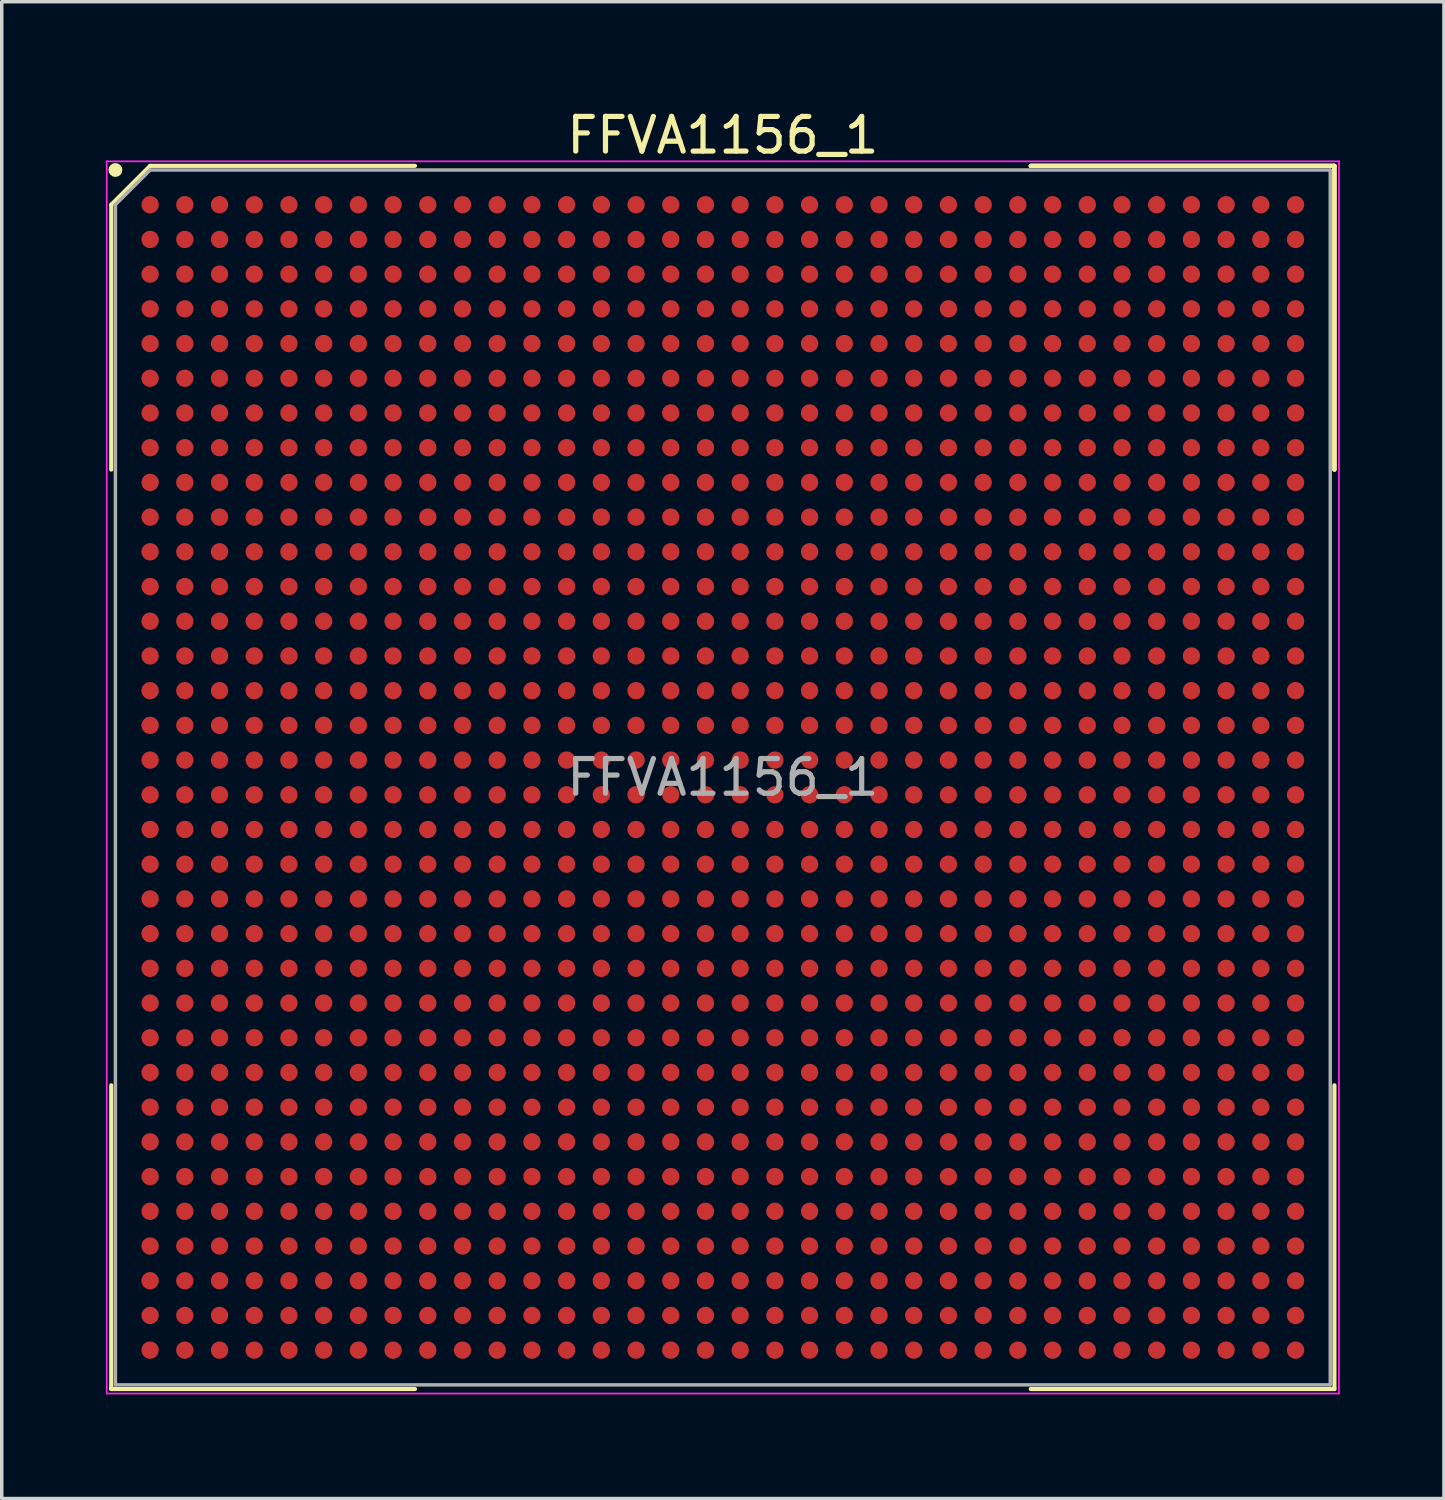
<source format=kicad_pcb>
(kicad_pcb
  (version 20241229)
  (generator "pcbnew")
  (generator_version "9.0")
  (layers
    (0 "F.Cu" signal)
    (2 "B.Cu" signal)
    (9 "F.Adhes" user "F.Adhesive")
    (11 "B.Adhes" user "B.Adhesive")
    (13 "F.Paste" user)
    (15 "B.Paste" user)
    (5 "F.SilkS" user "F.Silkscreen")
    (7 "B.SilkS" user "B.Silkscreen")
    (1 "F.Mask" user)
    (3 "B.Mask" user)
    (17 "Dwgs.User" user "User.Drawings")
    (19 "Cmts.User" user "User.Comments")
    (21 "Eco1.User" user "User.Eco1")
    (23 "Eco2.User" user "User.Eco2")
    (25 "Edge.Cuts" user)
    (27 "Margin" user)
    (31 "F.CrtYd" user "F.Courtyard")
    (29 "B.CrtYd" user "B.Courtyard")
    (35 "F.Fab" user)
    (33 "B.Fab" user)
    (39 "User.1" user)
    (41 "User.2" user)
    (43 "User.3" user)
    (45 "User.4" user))
  (footprint "FFVA1156_1"
    (layer "F.Cu")
    (at 17.775 19.348)
    (property "Reference" "FFVA1156_1" (at 0 -18.5 0) (layer "F.SilkS") (effects (font (size 1 1) (thickness 0.15))))
    (attr smd)
    (fp_line (start -17.62 -16.5) (end -17.62 -8.87) (stroke (width 0.12) (type solid)) (layer "F.SilkS"))
    (fp_line (start -17.62 17.62) (end -17.62 8.87) (stroke (width 0.12) (type solid)) (layer "F.SilkS"))
    (fp_line (start -16.5 -17.62) (end -17.62 -16.5) (stroke (width 0.12) (type solid)) (layer "F.SilkS"))
    (fp_line (start -8.87 -17.62) (end -16.5 -17.62) (stroke (width 0.12) (type solid)) (layer "F.SilkS"))
    (fp_line (start -8.87 17.62) (end -17.62 17.62) (stroke (width 0.12) (type solid)) (layer "F.SilkS"))
    (fp_line (start 8.87 -17.62) (end 17.62 -17.62) (stroke (width 0.12) (type solid)) (layer "F.SilkS"))
    (fp_line (start 8.87 -17.62) (end 17.62 -17.62) (stroke (width 0.12) (type solid)) (layer "F.SilkS"))
    (fp_line (start 8.87 -17.62) (end 17.62 -17.62) (stroke (width 0.12) (type solid)) (layer "F.SilkS"))
    (fp_line (start 8.87 17.62) (end 17.62 17.62) (stroke (width 0.12) (type solid)) (layer "F.SilkS"))
    (fp_line (start 17.62 -17.62) (end 17.62 -8.87) (stroke (width 0.12) (type solid)) (layer "F.SilkS"))
    (fp_line (start 17.62 -17.62) (end 17.62 -8.87) (stroke (width 0.12) (type solid)) (layer "F.SilkS"))
    (fp_line (start 17.62 -17.62) (end 17.62 -8.87) (stroke (width 0.12) (type solid)) (layer "F.SilkS"))
    (fp_line (start 17.62 17.62) (end 17.62 8.87) (stroke (width 0.12) (type solid)) (layer "F.SilkS"))
    (fp_circle (center -17.5 -17.5) (end -17.5 -17.4) (stroke (width 0.2) (type solid)) (fill no) (layer "F.SilkS"))
    (fp_line (start -17.75 -17.75) (end 17.75 -17.75) (stroke (width 0.05) (type solid)) (layer "F.CrtYd"))
    (fp_line (start -17.75 17.75) (end -17.75 -17.75) (stroke (width 0.05) (type solid)) (layer "F.CrtYd"))
    (fp_line (start 17.75 -17.75) (end 17.75 17.75) (stroke (width 0.05) (type solid)) (layer "F.CrtYd"))
    (fp_line (start 17.75 17.75) (end -17.75 17.75) (stroke (width 0.05) (type solid)) (layer "F.CrtYd"))
    (fp_line (start -17.5 -16.5) (end -17.5 17.5) (stroke (width 0.1) (type solid)) (layer "F.Fab"))
    (fp_line (start -17.5 17.5) (end 17.5 17.5) (stroke (width 0.1) (type solid)) (layer "F.Fab"))
    (fp_line (start -16.5 -17.5) (end -17.5 -16.5) (stroke (width 0.1) (type solid)) (layer "F.Fab"))
    (fp_line (start 17.5 -17.5) (end -16.5 -17.5) (stroke (width 0.1) (type solid)) (layer "F.Fab"))
    (fp_line (start 17.5 17.5) (end 17.5 -17.5) (stroke (width 0.1) (type solid)) (layer "F.Fab"))
    (fp_text user "${REFERENCE}" (at 0 0 0) (layer "F.Fab") (effects (font (size 1 1) (thickness 0.15))))
    (pad "A1" smd circle (at -16.5 -16.5) (size 0.5 0.5) (layers "F.Cu" "F.Mask" "F.Paste"))
    (pad "A2" smd circle (at -15.5 -16.5) (size 0.5 0.5) (layers "F.Cu" "F.Mask" "F.Paste"))
    (pad "A3" smd circle (at -14.5 -16.5) (size 0.5 0.5) (layers "F.Cu" "F.Mask" "F.Paste"))
    (pad "A4" smd circle (at -13.5 -16.5) (size 0.5 0.5) (layers "F.Cu" "F.Mask" "F.Paste"))
    (pad "A5" smd circle (at -12.5 -16.5) (size 0.5 0.5) (layers "F.Cu" "F.Mask" "F.Paste"))
    (pad "A6" smd circle (at -11.5 -16.5) (size 0.5 0.5) (layers "F.Cu" "F.Mask" "F.Paste"))
    (pad "A7" smd circle (at -10.5 -16.5) (size 0.5 0.5) (layers "F.Cu" "F.Mask" "F.Paste"))
    (pad "A8" smd circle (at -9.5 -16.5) (size 0.5 0.5) (layers "F.Cu" "F.Mask" "F.Paste"))
    (pad "A9" smd circle (at -8.5 -16.5) (size 0.5 0.5) (layers "F.Cu" "F.Mask" "F.Paste"))
    (pad "A10" smd circle (at -7.5 -16.5) (size 0.5 0.5) (layers "F.Cu" "F.Mask" "F.Paste"))
    (pad "A11" smd circle (at -6.5 -16.5) (size 0.5 0.5) (layers "F.Cu" "F.Mask" "F.Paste"))
    (pad "A12" smd circle (at -5.5 -16.5) (size 0.5 0.5) (layers "F.Cu" "F.Mask" "F.Paste"))
    (pad "A13" smd circle (at -4.5 -16.5) (size 0.5 0.5) (layers "F.Cu" "F.Mask" "F.Paste"))
    (pad "A14" smd circle (at -3.5 -16.5) (size 0.5 0.5) (layers "F.Cu" "F.Mask" "F.Paste"))
    (pad "A15" smd circle (at -2.5 -16.5) (size 0.5 0.5) (layers "F.Cu" "F.Mask" "F.Paste"))
    (pad "A16" smd circle (at -1.5 -16.5) (size 0.5 0.5) (layers "F.Cu" "F.Mask" "F.Paste"))
    (pad "A17" smd circle (at -0.5 -16.5) (size 0.5 0.5) (layers "F.Cu" "F.Mask" "F.Paste"))
    (pad "A18" smd circle (at 0.5 -16.5) (size 0.5 0.5) (layers "F.Cu" "F.Mask" "F.Paste"))
    (pad "A19" smd circle (at 1.5 -16.5) (size 0.5 0.5) (layers "F.Cu" "F.Mask" "F.Paste"))
    (pad "A20" smd circle (at 2.5 -16.5) (size 0.5 0.5) (layers "F.Cu" "F.Mask" "F.Paste"))
    (pad "A21" smd circle (at 3.5 -16.5) (size 0.5 0.5) (layers "F.Cu" "F.Mask" "F.Paste"))
    (pad "A22" smd circle (at 4.5 -16.5) (size 0.5 0.5) (layers "F.Cu" "F.Mask" "F.Paste"))
    (pad "A23" smd circle (at 5.5 -16.5) (size 0.5 0.5) (layers "F.Cu" "F.Mask" "F.Paste"))
    (pad "A24" smd circle (at 6.5 -16.5) (size 0.5 0.5) (layers "F.Cu" "F.Mask" "F.Paste"))
    (pad "A25" smd circle (at 7.5 -16.5) (size 0.5 0.5) (layers "F.Cu" "F.Mask" "F.Paste"))
    (pad "A26" smd circle (at 8.5 -16.5) (size 0.5 0.5) (layers "F.Cu" "F.Mask" "F.Paste"))
    (pad "A27" smd circle (at 9.5 -16.5) (size 0.5 0.5) (layers "F.Cu" "F.Mask" "F.Paste"))
    (pad "A28" smd circle (at 10.5 -16.5) (size 0.5 0.5) (layers "F.Cu" "F.Mask" "F.Paste"))
    (pad "A29" smd circle (at 11.5 -16.5) (size 0.5 0.5) (layers "F.Cu" "F.Mask" "F.Paste"))
    (pad "A30" smd circle (at 12.5 -16.5) (size 0.5 0.5) (layers "F.Cu" "F.Mask" "F.Paste"))
    (pad "A31" smd circle (at 13.5 -16.5) (size 0.5 0.5) (layers "F.Cu" "F.Mask" "F.Paste"))
    (pad "A32" smd circle (at 14.5 -16.5) (size 0.5 0.5) (layers "F.Cu" "F.Mask" "F.Paste"))
    (pad "A33" smd circle (at 15.5 -16.5) (size 0.5 0.5) (layers "F.Cu" "F.Mask" "F.Paste"))
    (pad "A34" smd circle (at 16.5 -16.5) (size 0.5 0.5) (layers "F.Cu" "F.Mask" "F.Paste"))
    (pad "AA1" smd circle (at -16.5 3.5) (size 0.5 0.5) (layers "F.Cu" "F.Mask" "F.Paste"))
    (pad "AA2" smd circle (at -15.5 3.5) (size 0.5 0.5) (layers "F.Cu" "F.Mask" "F.Paste"))
    (pad "AA3" smd circle (at -14.5 3.5) (size 0.5 0.5) (layers "F.Cu" "F.Mask" "F.Paste"))
    (pad "AA4" smd circle (at -13.5 3.5) (size 0.5 0.5) (layers "F.Cu" "F.Mask" "F.Paste"))
    (pad "AA5" smd circle (at -12.5 3.5) (size 0.5 0.5) (layers "F.Cu" "F.Mask" "F.Paste"))
    (pad "AA6" smd circle (at -11.5 3.5) (size 0.5 0.5) (layers "F.Cu" "F.Mask" "F.Paste"))
    (pad "AA7" smd circle (at -10.5 3.5) (size 0.5 0.5) (layers "F.Cu" "F.Mask" "F.Paste"))
    (pad "AA8" smd circle (at -9.5 3.5) (size 0.5 0.5) (layers "F.Cu" "F.Mask" "F.Paste"))
    (pad "AA9" smd circle (at -8.5 3.5) (size 0.5 0.5) (layers "F.Cu" "F.Mask" "F.Paste"))
    (pad "AA10" smd circle (at -7.5 3.5) (size 0.5 0.5) (layers "F.Cu" "F.Mask" "F.Paste"))
    (pad "AA11" smd circle (at -6.5 3.5) (size 0.5 0.5) (layers "F.Cu" "F.Mask" "F.Paste"))
    (pad "AA12" smd circle (at -5.5 3.5) (size 0.5 0.5) (layers "F.Cu" "F.Mask" "F.Paste"))
    (pad "AA13" smd circle (at -4.5 3.5) (size 0.5 0.5) (layers "F.Cu" "F.Mask" "F.Paste"))
    (pad "AA14" smd circle (at -3.5 3.5) (size 0.5 0.5) (layers "F.Cu" "F.Mask" "F.Paste"))
    (pad "AA15" smd circle (at -2.5 3.5) (size 0.5 0.5) (layers "F.Cu" "F.Mask" "F.Paste"))
    (pad "AA16" smd circle (at -1.5 3.5) (size 0.5 0.5) (layers "F.Cu" "F.Mask" "F.Paste"))
    (pad "AA17" smd circle (at -0.5 3.5) (size 0.5 0.5) (layers "F.Cu" "F.Mask" "F.Paste"))
    (pad "AA18" smd circle (at 0.5 3.5) (size 0.5 0.5) (layers "F.Cu" "F.Mask" "F.Paste"))
    (pad "AA19" smd circle (at 1.5 3.5) (size 0.5 0.5) (layers "F.Cu" "F.Mask" "F.Paste"))
    (pad "AA20" smd circle (at 2.5 3.5) (size 0.5 0.5) (layers "F.Cu" "F.Mask" "F.Paste"))
    (pad "AA21" smd circle (at 3.5 3.5) (size 0.5 0.5) (layers "F.Cu" "F.Mask" "F.Paste"))
    (pad "AA22" smd circle (at 4.5 3.5) (size 0.5 0.5) (layers "F.Cu" "F.Mask" "F.Paste"))
    (pad "AA23" smd circle (at 5.5 3.5) (size 0.5 0.5) (layers "F.Cu" "F.Mask" "F.Paste"))
    (pad "AA24" smd circle (at 6.5 3.5) (size 0.5 0.5) (layers "F.Cu" "F.Mask" "F.Paste"))
    (pad "AA25" smd circle (at 7.5 3.5) (size 0.5 0.5) (layers "F.Cu" "F.Mask" "F.Paste"))
    (pad "AA26" smd circle (at 8.5 3.5) (size 0.5 0.5) (layers "F.Cu" "F.Mask" "F.Paste"))
    (pad "AA27" smd circle (at 9.5 3.5) (size 0.5 0.5) (layers "F.Cu" "F.Mask" "F.Paste"))
    (pad "AA28" smd circle (at 10.5 3.5) (size 0.5 0.5) (layers "F.Cu" "F.Mask" "F.Paste"))
    (pad "AA29" smd circle (at 11.5 3.5) (size 0.5 0.5) (layers "F.Cu" "F.Mask" "F.Paste"))
    (pad "AA30" smd circle (at 12.5 3.5) (size 0.5 0.5) (layers "F.Cu" "F.Mask" "F.Paste"))
    (pad "AA31" smd circle (at 13.5 3.5) (size 0.5 0.5) (layers "F.Cu" "F.Mask" "F.Paste"))
    (pad "AA32" smd circle (at 14.5 3.5) (size 0.5 0.5) (layers "F.Cu" "F.Mask" "F.Paste"))
    (pad "AA33" smd circle (at 15.5 3.5) (size 0.5 0.5) (layers "F.Cu" "F.Mask" "F.Paste"))
    (pad "AA34" smd circle (at 16.5 3.5) (size 0.5 0.5) (layers "F.Cu" "F.Mask" "F.Paste"))
    (pad "AB1" smd circle (at -16.5 4.5) (size 0.5 0.5) (layers "F.Cu" "F.Mask" "F.Paste"))
    (pad "AB2" smd circle (at -15.5 4.5) (size 0.5 0.5) (layers "F.Cu" "F.Mask" "F.Paste"))
    (pad "AB3" smd circle (at -14.5 4.5) (size 0.5 0.5) (layers "F.Cu" "F.Mask" "F.Paste"))
    (pad "AB4" smd circle (at -13.5 4.5) (size 0.5 0.5) (layers "F.Cu" "F.Mask" "F.Paste"))
    (pad "AB5" smd circle (at -12.5 4.5) (size 0.5 0.5) (layers "F.Cu" "F.Mask" "F.Paste"))
    (pad "AB6" smd circle (at -11.5 4.5) (size 0.5 0.5) (layers "F.Cu" "F.Mask" "F.Paste"))
    (pad "AB7" smd circle (at -10.5 4.5) (size 0.5 0.5) (layers "F.Cu" "F.Mask" "F.Paste"))
    (pad "AB8" smd circle (at -9.5 4.5) (size 0.5 0.5) (layers "F.Cu" "F.Mask" "F.Paste"))
    (pad "AB9" smd circle (at -8.5 4.5) (size 0.5 0.5) (layers "F.Cu" "F.Mask" "F.Paste"))
    (pad "AB10" smd circle (at -7.5 4.5) (size 0.5 0.5) (layers "F.Cu" "F.Mask" "F.Paste"))
    (pad "AB11" smd circle (at -6.5 4.5) (size 0.5 0.5) (layers "F.Cu" "F.Mask" "F.Paste"))
    (pad "AB12" smd circle (at -5.5 4.5) (size 0.5 0.5) (layers "F.Cu" "F.Mask" "F.Paste"))
    (pad "AB13" smd circle (at -4.5 4.5) (size 0.5 0.5) (layers "F.Cu" "F.Mask" "F.Paste"))
    (pad "AB14" smd circle (at -3.5 4.5) (size 0.5 0.5) (layers "F.Cu" "F.Mask" "F.Paste"))
    (pad "AB15" smd circle (at -2.5 4.5) (size 0.5 0.5) (layers "F.Cu" "F.Mask" "F.Paste"))
    (pad "AB16" smd circle (at -1.5 4.5) (size 0.5 0.5) (layers "F.Cu" "F.Mask" "F.Paste"))
    (pad "AB17" smd circle (at -0.5 4.5) (size 0.5 0.5) (layers "F.Cu" "F.Mask" "F.Paste"))
    (pad "AB18" smd circle (at 0.5 4.5) (size 0.5 0.5) (layers "F.Cu" "F.Mask" "F.Paste"))
    (pad "AB19" smd circle (at 1.5 4.5) (size 0.5 0.5) (layers "F.Cu" "F.Mask" "F.Paste"))
    (pad "AB20" smd circle (at 2.5 4.5) (size 0.5 0.5) (layers "F.Cu" "F.Mask" "F.Paste"))
    (pad "AB21" smd circle (at 3.5 4.5) (size 0.5 0.5) (layers "F.Cu" "F.Mask" "F.Paste"))
    (pad "AB22" smd circle (at 4.5 4.5) (size 0.5 0.5) (layers "F.Cu" "F.Mask" "F.Paste"))
    (pad "AB23" smd circle (at 5.5 4.5) (size 0.5 0.5) (layers "F.Cu" "F.Mask" "F.Paste"))
    (pad "AB24" smd circle (at 6.5 4.5) (size 0.5 0.5) (layers "F.Cu" "F.Mask" "F.Paste"))
    (pad "AB25" smd circle (at 7.5 4.5) (size 0.5 0.5) (layers "F.Cu" "F.Mask" "F.Paste"))
    (pad "AB26" smd circle (at 8.5 4.5) (size 0.5 0.5) (layers "F.Cu" "F.Mask" "F.Paste"))
    (pad "AB27" smd circle (at 9.5 4.5) (size 0.5 0.5) (layers "F.Cu" "F.Mask" "F.Paste"))
    (pad "AB28" smd circle (at 10.5 4.5) (size 0.5 0.5) (layers "F.Cu" "F.Mask" "F.Paste"))
    (pad "AB29" smd circle (at 11.5 4.5) (size 0.5 0.5) (layers "F.Cu" "F.Mask" "F.Paste"))
    (pad "AB30" smd circle (at 12.5 4.5) (size 0.5 0.5) (layers "F.Cu" "F.Mask" "F.Paste"))
    (pad "AB31" smd circle (at 13.5 4.5) (size 0.5 0.5) (layers "F.Cu" "F.Mask" "F.Paste"))
    (pad "AB32" smd circle (at 14.5 4.5) (size 0.5 0.5) (layers "F.Cu" "F.Mask" "F.Paste"))
    (pad "AB33" smd circle (at 15.5 4.5) (size 0.5 0.5) (layers "F.Cu" "F.Mask" "F.Paste"))
    (pad "AB34" smd circle (at 16.5 4.5) (size 0.5 0.5) (layers "F.Cu" "F.Mask" "F.Paste"))
    (pad "AC1" smd circle (at -16.5 5.5) (size 0.5 0.5) (layers "F.Cu" "F.Mask" "F.Paste"))
    (pad "AC2" smd circle (at -15.5 5.5) (size 0.5 0.5) (layers "F.Cu" "F.Mask" "F.Paste"))
    (pad "AC3" smd circle (at -14.5 5.5) (size 0.5 0.5) (layers "F.Cu" "F.Mask" "F.Paste"))
    (pad "AC4" smd circle (at -13.5 5.5) (size 0.5 0.5) (layers "F.Cu" "F.Mask" "F.Paste"))
    (pad "AC5" smd circle (at -12.5 5.5) (size 0.5 0.5) (layers "F.Cu" "F.Mask" "F.Paste"))
    (pad "AC6" smd circle (at -11.5 5.5) (size 0.5 0.5) (layers "F.Cu" "F.Mask" "F.Paste"))
    (pad "AC7" smd circle (at -10.5 5.5) (size 0.5 0.5) (layers "F.Cu" "F.Mask" "F.Paste"))
    (pad "AC8" smd circle (at -9.5 5.5) (size 0.5 0.5) (layers "F.Cu" "F.Mask" "F.Paste"))
    (pad "AC9" smd circle (at -8.5 5.5) (size 0.5 0.5) (layers "F.Cu" "F.Mask" "F.Paste"))
    (pad "AC10" smd circle (at -7.5 5.5) (size 0.5 0.5) (layers "F.Cu" "F.Mask" "F.Paste"))
    (pad "AC11" smd circle (at -6.5 5.5) (size 0.5 0.5) (layers "F.Cu" "F.Mask" "F.Paste"))
    (pad "AC12" smd circle (at -5.5 5.5) (size 0.5 0.5) (layers "F.Cu" "F.Mask" "F.Paste"))
    (pad "AC13" smd circle (at -4.5 5.5) (size 0.5 0.5) (layers "F.Cu" "F.Mask" "F.Paste"))
    (pad "AC14" smd circle (at -3.5 5.5) (size 0.5 0.5) (layers "F.Cu" "F.Mask" "F.Paste"))
    (pad "AC15" smd circle (at -2.5 5.5) (size 0.5 0.5) (layers "F.Cu" "F.Mask" "F.Paste"))
    (pad "AC16" smd circle (at -1.5 5.5) (size 0.5 0.5) (layers "F.Cu" "F.Mask" "F.Paste"))
    (pad "AC17" smd circle (at -0.5 5.5) (size 0.5 0.5) (layers "F.Cu" "F.Mask" "F.Paste"))
    (pad "AC18" smd circle (at 0.5 5.5) (size 0.5 0.5) (layers "F.Cu" "F.Mask" "F.Paste"))
    (pad "AC19" smd circle (at 1.5 5.5) (size 0.5 0.5) (layers "F.Cu" "F.Mask" "F.Paste"))
    (pad "AC20" smd circle (at 2.5 5.5) (size 0.5 0.5) (layers "F.Cu" "F.Mask" "F.Paste"))
    (pad "AC21" smd circle (at 3.5 5.5) (size 0.5 0.5) (layers "F.Cu" "F.Mask" "F.Paste"))
    (pad "AC22" smd circle (at 4.5 5.5) (size 0.5 0.5) (layers "F.Cu" "F.Mask" "F.Paste"))
    (pad "AC23" smd circle (at 5.5 5.5) (size 0.5 0.5) (layers "F.Cu" "F.Mask" "F.Paste"))
    (pad "AC24" smd circle (at 6.5 5.5) (size 0.5 0.5) (layers "F.Cu" "F.Mask" "F.Paste"))
    (pad "AC25" smd circle (at 7.5 5.5) (size 0.5 0.5) (layers "F.Cu" "F.Mask" "F.Paste"))
    (pad "AC26" smd circle (at 8.5 5.5) (size 0.5 0.5) (layers "F.Cu" "F.Mask" "F.Paste"))
    (pad "AC27" smd circle (at 9.5 5.5) (size 0.5 0.5) (layers "F.Cu" "F.Mask" "F.Paste"))
    (pad "AC28" smd circle (at 10.5 5.5) (size 0.5 0.5) (layers "F.Cu" "F.Mask" "F.Paste"))
    (pad "AC29" smd circle (at 11.5 5.5) (size 0.5 0.5) (layers "F.Cu" "F.Mask" "F.Paste"))
    (pad "AC30" smd circle (at 12.5 5.5) (size 0.5 0.5) (layers "F.Cu" "F.Mask" "F.Paste"))
    (pad "AC31" smd circle (at 13.5 5.5) (size 0.5 0.5) (layers "F.Cu" "F.Mask" "F.Paste"))
    (pad "AC32" smd circle (at 14.5 5.5) (size 0.5 0.5) (layers "F.Cu" "F.Mask" "F.Paste"))
    (pad "AC33" smd circle (at 15.5 5.5) (size 0.5 0.5) (layers "F.Cu" "F.Mask" "F.Paste"))
    (pad "AC34" smd circle (at 16.5 5.5) (size 0.5 0.5) (layers "F.Cu" "F.Mask" "F.Paste"))
    (pad "AD1" smd circle (at -16.5 6.5) (size 0.5 0.5) (layers "F.Cu" "F.Mask" "F.Paste"))
    (pad "AD2" smd circle (at -15.5 6.5) (size 0.5 0.5) (layers "F.Cu" "F.Mask" "F.Paste"))
    (pad "AD3" smd circle (at -14.5 6.5) (size 0.5 0.5) (layers "F.Cu" "F.Mask" "F.Paste"))
    (pad "AD4" smd circle (at -13.5 6.5) (size 0.5 0.5) (layers "F.Cu" "F.Mask" "F.Paste"))
    (pad "AD5" smd circle (at -12.5 6.5) (size 0.5 0.5) (layers "F.Cu" "F.Mask" "F.Paste"))
    (pad "AD6" smd circle (at -11.5 6.5) (size 0.5 0.5) (layers "F.Cu" "F.Mask" "F.Paste"))
    (pad "AD7" smd circle (at -10.5 6.5) (size 0.5 0.5) (layers "F.Cu" "F.Mask" "F.Paste"))
    (pad "AD8" smd circle (at -9.5 6.5) (size 0.5 0.5) (layers "F.Cu" "F.Mask" "F.Paste"))
    (pad "AD9" smd circle (at -8.5 6.5) (size 0.5 0.5) (layers "F.Cu" "F.Mask" "F.Paste"))
    (pad "AD10" smd circle (at -7.5 6.5) (size 0.5 0.5) (layers "F.Cu" "F.Mask" "F.Paste"))
    (pad "AD11" smd circle (at -6.5 6.5) (size 0.5 0.5) (layers "F.Cu" "F.Mask" "F.Paste"))
    (pad "AD12" smd circle (at -5.5 6.5) (size 0.5 0.5) (layers "F.Cu" "F.Mask" "F.Paste"))
    (pad "AD13" smd circle (at -4.5 6.5) (size 0.5 0.5) (layers "F.Cu" "F.Mask" "F.Paste"))
    (pad "AD14" smd circle (at -3.5 6.5) (size 0.5 0.5) (layers "F.Cu" "F.Mask" "F.Paste"))
    (pad "AD15" smd circle (at -2.5 6.5) (size 0.5 0.5) (layers "F.Cu" "F.Mask" "F.Paste"))
    (pad "AD16" smd circle (at -1.5 6.5) (size 0.5 0.5) (layers "F.Cu" "F.Mask" "F.Paste"))
    (pad "AD17" smd circle (at -0.5 6.5) (size 0.5 0.5) (layers "F.Cu" "F.Mask" "F.Paste"))
    (pad "AD18" smd circle (at 0.5 6.5) (size 0.5 0.5) (layers "F.Cu" "F.Mask" "F.Paste"))
    (pad "AD19" smd circle (at 1.5 6.5) (size 0.5 0.5) (layers "F.Cu" "F.Mask" "F.Paste"))
    (pad "AD20" smd circle (at 2.5 6.5) (size 0.5 0.5) (layers "F.Cu" "F.Mask" "F.Paste"))
    (pad "AD21" smd circle (at 3.5 6.5) (size 0.5 0.5) (layers "F.Cu" "F.Mask" "F.Paste"))
    (pad "AD22" smd circle (at 4.5 6.5) (size 0.5 0.5) (layers "F.Cu" "F.Mask" "F.Paste"))
    (pad "AD23" smd circle (at 5.5 6.5) (size 0.5 0.5) (layers "F.Cu" "F.Mask" "F.Paste"))
    (pad "AD24" smd circle (at 6.5 6.5) (size 0.5 0.5) (layers "F.Cu" "F.Mask" "F.Paste"))
    (pad "AD25" smd circle (at 7.5 6.5) (size 0.5 0.5) (layers "F.Cu" "F.Mask" "F.Paste"))
    (pad "AD26" smd circle (at 8.5 6.5) (size 0.5 0.5) (layers "F.Cu" "F.Mask" "F.Paste"))
    (pad "AD27" smd circle (at 9.5 6.5) (size 0.5 0.5) (layers "F.Cu" "F.Mask" "F.Paste"))
    (pad "AD28" smd circle (at 10.5 6.5) (size 0.5 0.5) (layers "F.Cu" "F.Mask" "F.Paste"))
    (pad "AD29" smd circle (at 11.5 6.5) (size 0.5 0.5) (layers "F.Cu" "F.Mask" "F.Paste"))
    (pad "AD30" smd circle (at 12.5 6.5) (size 0.5 0.5) (layers "F.Cu" "F.Mask" "F.Paste"))
    (pad "AD31" smd circle (at 13.5 6.5) (size 0.5 0.5) (layers "F.Cu" "F.Mask" "F.Paste"))
    (pad "AD32" smd circle (at 14.5 6.5) (size 0.5 0.5) (layers "F.Cu" "F.Mask" "F.Paste"))
    (pad "AD33" smd circle (at 15.5 6.5) (size 0.5 0.5) (layers "F.Cu" "F.Mask" "F.Paste"))
    (pad "AD34" smd circle (at 16.5 6.5) (size 0.5 0.5) (layers "F.Cu" "F.Mask" "F.Paste"))
    (pad "AE1" smd circle (at -16.5 7.5) (size 0.5 0.5) (layers "F.Cu" "F.Mask" "F.Paste"))
    (pad "AE2" smd circle (at -15.5 7.5) (size 0.5 0.5) (layers "F.Cu" "F.Mask" "F.Paste"))
    (pad "AE3" smd circle (at -14.5 7.5) (size 0.5 0.5) (layers "F.Cu" "F.Mask" "F.Paste"))
    (pad "AE4" smd circle (at -13.5 7.5) (size 0.5 0.5) (layers "F.Cu" "F.Mask" "F.Paste"))
    (pad "AE5" smd circle (at -12.5 7.5) (size 0.5 0.5) (layers "F.Cu" "F.Mask" "F.Paste"))
    (pad "AE6" smd circle (at -11.5 7.5) (size 0.5 0.5) (layers "F.Cu" "F.Mask" "F.Paste"))
    (pad "AE7" smd circle (at -10.5 7.5) (size 0.5 0.5) (layers "F.Cu" "F.Mask" "F.Paste"))
    (pad "AE8" smd circle (at -9.5 7.5) (size 0.5 0.5) (layers "F.Cu" "F.Mask" "F.Paste"))
    (pad "AE9" smd circle (at -8.5 7.5) (size 0.5 0.5) (layers "F.Cu" "F.Mask" "F.Paste"))
    (pad "AE10" smd circle (at -7.5 7.5) (size 0.5 0.5) (layers "F.Cu" "F.Mask" "F.Paste"))
    (pad "AE11" smd circle (at -6.5 7.5) (size 0.5 0.5) (layers "F.Cu" "F.Mask" "F.Paste"))
    (pad "AE12" smd circle (at -5.5 7.5) (size 0.5 0.5) (layers "F.Cu" "F.Mask" "F.Paste"))
    (pad "AE13" smd circle (at -4.5 7.5) (size 0.5 0.5) (layers "F.Cu" "F.Mask" "F.Paste"))
    (pad "AE14" smd circle (at -3.5 7.5) (size 0.5 0.5) (layers "F.Cu" "F.Mask" "F.Paste"))
    (pad "AE15" smd circle (at -2.5 7.5) (size 0.5 0.5) (layers "F.Cu" "F.Mask" "F.Paste"))
    (pad "AE16" smd circle (at -1.5 7.5) (size 0.5 0.5) (layers "F.Cu" "F.Mask" "F.Paste"))
    (pad "AE17" smd circle (at -0.5 7.5) (size 0.5 0.5) (layers "F.Cu" "F.Mask" "F.Paste"))
    (pad "AE18" smd circle (at 0.5 7.5) (size 0.5 0.5) (layers "F.Cu" "F.Mask" "F.Paste"))
    (pad "AE19" smd circle (at 1.5 7.5) (size 0.5 0.5) (layers "F.Cu" "F.Mask" "F.Paste"))
    (pad "AE20" smd circle (at 2.5 7.5) (size 0.5 0.5) (layers "F.Cu" "F.Mask" "F.Paste"))
    (pad "AE21" smd circle (at 3.5 7.5) (size 0.5 0.5) (layers "F.Cu" "F.Mask" "F.Paste"))
    (pad "AE22" smd circle (at 4.5 7.5) (size 0.5 0.5) (layers "F.Cu" "F.Mask" "F.Paste"))
    (pad "AE23" smd circle (at 5.5 7.5) (size 0.5 0.5) (layers "F.Cu" "F.Mask" "F.Paste"))
    (pad "AE24" smd circle (at 6.5 7.5) (size 0.5 0.5) (layers "F.Cu" "F.Mask" "F.Paste"))
    (pad "AE25" smd circle (at 7.5 7.5) (size 0.5 0.5) (layers "F.Cu" "F.Mask" "F.Paste"))
    (pad "AE26" smd circle (at 8.5 7.5) (size 0.5 0.5) (layers "F.Cu" "F.Mask" "F.Paste"))
    (pad "AE27" smd circle (at 9.5 7.5) (size 0.5 0.5) (layers "F.Cu" "F.Mask" "F.Paste"))
    (pad "AE28" smd circle (at 10.5 7.5) (size 0.5 0.5) (layers "F.Cu" "F.Mask" "F.Paste"))
    (pad "AE29" smd circle (at 11.5 7.5) (size 0.5 0.5) (layers "F.Cu" "F.Mask" "F.Paste"))
    (pad "AE30" smd circle (at 12.5 7.5) (size 0.5 0.5) (layers "F.Cu" "F.Mask" "F.Paste"))
    (pad "AE31" smd circle (at 13.5 7.5) (size 0.5 0.5) (layers "F.Cu" "F.Mask" "F.Paste"))
    (pad "AE32" smd circle (at 14.5 7.5) (size 0.5 0.5) (layers "F.Cu" "F.Mask" "F.Paste"))
    (pad "AE33" smd circle (at 15.5 7.5) (size 0.5 0.5) (layers "F.Cu" "F.Mask" "F.Paste"))
    (pad "AE34" smd circle (at 16.5 7.5) (size 0.5 0.5) (layers "F.Cu" "F.Mask" "F.Paste"))
    (pad "AF1" smd circle (at -16.5 8.5) (size 0.5 0.5) (layers "F.Cu" "F.Mask" "F.Paste"))
    (pad "AF2" smd circle (at -15.5 8.5) (size 0.5 0.5) (layers "F.Cu" "F.Mask" "F.Paste"))
    (pad "AF3" smd circle (at -14.5 8.5) (size 0.5 0.5) (layers "F.Cu" "F.Mask" "F.Paste"))
    (pad "AF4" smd circle (at -13.5 8.5) (size 0.5 0.5) (layers "F.Cu" "F.Mask" "F.Paste"))
    (pad "AF5" smd circle (at -12.5 8.5) (size 0.5 0.5) (layers "F.Cu" "F.Mask" "F.Paste"))
    (pad "AF6" smd circle (at -11.5 8.5) (size 0.5 0.5) (layers "F.Cu" "F.Mask" "F.Paste"))
    (pad "AF7" smd circle (at -10.5 8.5) (size 0.5 0.5) (layers "F.Cu" "F.Mask" "F.Paste"))
    (pad "AF8" smd circle (at -9.5 8.5) (size 0.5 0.5) (layers "F.Cu" "F.Mask" "F.Paste"))
    (pad "AF9" smd circle (at -8.5 8.5) (size 0.5 0.5) (layers "F.Cu" "F.Mask" "F.Paste"))
    (pad "AF10" smd circle (at -7.5 8.5) (size 0.5 0.5) (layers "F.Cu" "F.Mask" "F.Paste"))
    (pad "AF11" smd circle (at -6.5 8.5) (size 0.5 0.5) (layers "F.Cu" "F.Mask" "F.Paste"))
    (pad "AF12" smd circle (at -5.5 8.5) (size 0.5 0.5) (layers "F.Cu" "F.Mask" "F.Paste"))
    (pad "AF13" smd circle (at -4.5 8.5) (size 0.5 0.5) (layers "F.Cu" "F.Mask" "F.Paste"))
    (pad "AF14" smd circle (at -3.5 8.5) (size 0.5 0.5) (layers "F.Cu" "F.Mask" "F.Paste"))
    (pad "AF15" smd circle (at -2.5 8.5) (size 0.5 0.5) (layers "F.Cu" "F.Mask" "F.Paste"))
    (pad "AF16" smd circle (at -1.5 8.5) (size 0.5 0.5) (layers "F.Cu" "F.Mask" "F.Paste"))
    (pad "AF17" smd circle (at -0.5 8.5) (size 0.5 0.5) (layers "F.Cu" "F.Mask" "F.Paste"))
    (pad "AF18" smd circle (at 0.5 8.5) (size 0.5 0.5) (layers "F.Cu" "F.Mask" "F.Paste"))
    (pad "AF19" smd circle (at 1.5 8.5) (size 0.5 0.5) (layers "F.Cu" "F.Mask" "F.Paste"))
    (pad "AF20" smd circle (at 2.5 8.5) (size 0.5 0.5) (layers "F.Cu" "F.Mask" "F.Paste"))
    (pad "AF21" smd circle (at 3.5 8.5) (size 0.5 0.5) (layers "F.Cu" "F.Mask" "F.Paste"))
    (pad "AF22" smd circle (at 4.5 8.5) (size 0.5 0.5) (layers "F.Cu" "F.Mask" "F.Paste"))
    (pad "AF23" smd circle (at 5.5 8.5) (size 0.5 0.5) (layers "F.Cu" "F.Mask" "F.Paste"))
    (pad "AF24" smd circle (at 6.5 8.5) (size 0.5 0.5) (layers "F.Cu" "F.Mask" "F.Paste"))
    (pad "AF25" smd circle (at 7.5 8.5) (size 0.5 0.5) (layers "F.Cu" "F.Mask" "F.Paste"))
    (pad "AF26" smd circle (at 8.5 8.5) (size 0.5 0.5) (layers "F.Cu" "F.Mask" "F.Paste"))
    (pad "AF27" smd circle (at 9.5 8.5) (size 0.5 0.5) (layers "F.Cu" "F.Mask" "F.Paste"))
    (pad "AF28" smd circle (at 10.5 8.5) (size 0.5 0.5) (layers "F.Cu" "F.Mask" "F.Paste"))
    (pad "AF29" smd circle (at 11.5 8.5) (size 0.5 0.5) (layers "F.Cu" "F.Mask" "F.Paste"))
    (pad "AF30" smd circle (at 12.5 8.5) (size 0.5 0.5) (layers "F.Cu" "F.Mask" "F.Paste"))
    (pad "AF31" smd circle (at 13.5 8.5) (size 0.5 0.5) (layers "F.Cu" "F.Mask" "F.Paste"))
    (pad "AF32" smd circle (at 14.5 8.5) (size 0.5 0.5) (layers "F.Cu" "F.Mask" "F.Paste"))
    (pad "AF33" smd circle (at 15.5 8.5) (size 0.5 0.5) (layers "F.Cu" "F.Mask" "F.Paste"))
    (pad "AF34" smd circle (at 16.5 8.5) (size 0.5 0.5) (layers "F.Cu" "F.Mask" "F.Paste"))
    (pad "AG1" smd circle (at -16.5 9.5) (size 0.5 0.5) (layers "F.Cu" "F.Mask" "F.Paste"))
    (pad "AG2" smd circle (at -15.5 9.5) (size 0.5 0.5) (layers "F.Cu" "F.Mask" "F.Paste"))
    (pad "AG3" smd circle (at -14.5 9.5) (size 0.5 0.5) (layers "F.Cu" "F.Mask" "F.Paste"))
    (pad "AG4" smd circle (at -13.5 9.5) (size 0.5 0.5) (layers "F.Cu" "F.Mask" "F.Paste"))
    (pad "AG5" smd circle (at -12.5 9.5) (size 0.5 0.5) (layers "F.Cu" "F.Mask" "F.Paste"))
    (pad "AG6" smd circle (at -11.5 9.5) (size 0.5 0.5) (layers "F.Cu" "F.Mask" "F.Paste"))
    (pad "AG7" smd circle (at -10.5 9.5) (size 0.5 0.5) (layers "F.Cu" "F.Mask" "F.Paste"))
    (pad "AG8" smd circle (at -9.5 9.5) (size 0.5 0.5) (layers "F.Cu" "F.Mask" "F.Paste"))
    (pad "AG9" smd circle (at -8.5 9.5) (size 0.5 0.5) (layers "F.Cu" "F.Mask" "F.Paste"))
    (pad "AG10" smd circle (at -7.5 9.5) (size 0.5 0.5) (layers "F.Cu" "F.Mask" "F.Paste"))
    (pad "AG11" smd circle (at -6.5 9.5) (size 0.5 0.5) (layers "F.Cu" "F.Mask" "F.Paste"))
    (pad "AG12" smd circle (at -5.5 9.5) (size 0.5 0.5) (layers "F.Cu" "F.Mask" "F.Paste"))
    (pad "AG13" smd circle (at -4.5 9.5) (size 0.5 0.5) (layers "F.Cu" "F.Mask" "F.Paste"))
    (pad "AG14" smd circle (at -3.5 9.5) (size 0.5 0.5) (layers "F.Cu" "F.Mask" "F.Paste"))
    (pad "AG15" smd circle (at -2.5 9.5) (size 0.5 0.5) (layers "F.Cu" "F.Mask" "F.Paste"))
    (pad "AG16" smd circle (at -1.5 9.5) (size 0.5 0.5) (layers "F.Cu" "F.Mask" "F.Paste"))
    (pad "AG17" smd circle (at -0.5 9.5) (size 0.5 0.5) (layers "F.Cu" "F.Mask" "F.Paste"))
    (pad "AG18" smd circle (at 0.5 9.5) (size 0.5 0.5) (layers "F.Cu" "F.Mask" "F.Paste"))
    (pad "AG19" smd circle (at 1.5 9.5) (size 0.5 0.5) (layers "F.Cu" "F.Mask" "F.Paste"))
    (pad "AG20" smd circle (at 2.5 9.5) (size 0.5 0.5) (layers "F.Cu" "F.Mask" "F.Paste"))
    (pad "AG21" smd circle (at 3.5 9.5) (size 0.5 0.5) (layers "F.Cu" "F.Mask" "F.Paste"))
    (pad "AG22" smd circle (at 4.5 9.5) (size 0.5 0.5) (layers "F.Cu" "F.Mask" "F.Paste"))
    (pad "AG23" smd circle (at 5.5 9.5) (size 0.5 0.5) (layers "F.Cu" "F.Mask" "F.Paste"))
    (pad "AG24" smd circle (at 6.5 9.5) (size 0.5 0.5) (layers "F.Cu" "F.Mask" "F.Paste"))
    (pad "AG25" smd circle (at 7.5 9.5) (size 0.5 0.5) (layers "F.Cu" "F.Mask" "F.Paste"))
    (pad "AG26" smd circle (at 8.5 9.5) (size 0.5 0.5) (layers "F.Cu" "F.Mask" "F.Paste"))
    (pad "AG27" smd circle (at 9.5 9.5) (size 0.5 0.5) (layers "F.Cu" "F.Mask" "F.Paste"))
    (pad "AG28" smd circle (at 10.5 9.5) (size 0.5 0.5) (layers "F.Cu" "F.Mask" "F.Paste"))
    (pad "AG29" smd circle (at 11.5 9.5) (size 0.5 0.5) (layers "F.Cu" "F.Mask" "F.Paste"))
    (pad "AG30" smd circle (at 12.5 9.5) (size 0.5 0.5) (layers "F.Cu" "F.Mask" "F.Paste"))
    (pad "AG31" smd circle (at 13.5 9.5) (size 0.5 0.5) (layers "F.Cu" "F.Mask" "F.Paste"))
    (pad "AG32" smd circle (at 14.5 9.5) (size 0.5 0.5) (layers "F.Cu" "F.Mask" "F.Paste"))
    (pad "AG33" smd circle (at 15.5 9.5) (size 0.5 0.5) (layers "F.Cu" "F.Mask" "F.Paste"))
    (pad "AG34" smd circle (at 16.5 9.5) (size 0.5 0.5) (layers "F.Cu" "F.Mask" "F.Paste"))
    (pad "AH1" smd circle (at -16.5 10.5) (size 0.5 0.5) (layers "F.Cu" "F.Mask" "F.Paste"))
    (pad "AH2" smd circle (at -15.5 10.5) (size 0.5 0.5) (layers "F.Cu" "F.Mask" "F.Paste"))
    (pad "AH3" smd circle (at -14.5 10.5) (size 0.5 0.5) (layers "F.Cu" "F.Mask" "F.Paste"))
    (pad "AH4" smd circle (at -13.5 10.5) (size 0.5 0.5) (layers "F.Cu" "F.Mask" "F.Paste"))
    (pad "AH5" smd circle (at -12.5 10.5) (size 0.5 0.5) (layers "F.Cu" "F.Mask" "F.Paste"))
    (pad "AH6" smd circle (at -11.5 10.5) (size 0.5 0.5) (layers "F.Cu" "F.Mask" "F.Paste"))
    (pad "AH7" smd circle (at -10.5 10.5) (size 0.5 0.5) (layers "F.Cu" "F.Mask" "F.Paste"))
    (pad "AH8" smd circle (at -9.5 10.5) (size 0.5 0.5) (layers "F.Cu" "F.Mask" "F.Paste"))
    (pad "AH9" smd circle (at -8.5 10.5) (size 0.5 0.5) (layers "F.Cu" "F.Mask" "F.Paste"))
    (pad "AH10" smd circle (at -7.5 10.5) (size 0.5 0.5) (layers "F.Cu" "F.Mask" "F.Paste"))
    (pad "AH11" smd circle (at -6.5 10.5) (size 0.5 0.5) (layers "F.Cu" "F.Mask" "F.Paste"))
    (pad "AH12" smd circle (at -5.5 10.5) (size 0.5 0.5) (layers "F.Cu" "F.Mask" "F.Paste"))
    (pad "AH13" smd circle (at -4.5 10.5) (size 0.5 0.5) (layers "F.Cu" "F.Mask" "F.Paste"))
    (pad "AH14" smd circle (at -3.5 10.5) (size 0.5 0.5) (layers "F.Cu" "F.Mask" "F.Paste"))
    (pad "AH15" smd circle (at -2.5 10.5) (size 0.5 0.5) (layers "F.Cu" "F.Mask" "F.Paste"))
    (pad "AH16" smd circle (at -1.5 10.5) (size 0.5 0.5) (layers "F.Cu" "F.Mask" "F.Paste"))
    (pad "AH17" smd circle (at -0.5 10.5) (size 0.5 0.5) (layers "F.Cu" "F.Mask" "F.Paste"))
    (pad "AH18" smd circle (at 0.5 10.5) (size 0.5 0.5) (layers "F.Cu" "F.Mask" "F.Paste"))
    (pad "AH19" smd circle (at 1.5 10.5) (size 0.5 0.5) (layers "F.Cu" "F.Mask" "F.Paste"))
    (pad "AH20" smd circle (at 2.5 10.5) (size 0.5 0.5) (layers "F.Cu" "F.Mask" "F.Paste"))
    (pad "AH21" smd circle (at 3.5 10.5) (size 0.5 0.5) (layers "F.Cu" "F.Mask" "F.Paste"))
    (pad "AH22" smd circle (at 4.5 10.5) (size 0.5 0.5) (layers "F.Cu" "F.Mask" "F.Paste"))
    (pad "AH23" smd circle (at 5.5 10.5) (size 0.5 0.5) (layers "F.Cu" "F.Mask" "F.Paste"))
    (pad "AH24" smd circle (at 6.5 10.5) (size 0.5 0.5) (layers "F.Cu" "F.Mask" "F.Paste"))
    (pad "AH25" smd circle (at 7.5 10.5) (size 0.5 0.5) (layers "F.Cu" "F.Mask" "F.Paste"))
    (pad "AH26" smd circle (at 8.5 10.5) (size 0.5 0.5) (layers "F.Cu" "F.Mask" "F.Paste"))
    (pad "AH27" smd circle (at 9.5 10.5) (size 0.5 0.5) (layers "F.Cu" "F.Mask" "F.Paste"))
    (pad "AH28" smd circle (at 10.5 10.5) (size 0.5 0.5) (layers "F.Cu" "F.Mask" "F.Paste"))
    (pad "AH29" smd circle (at 11.5 10.5) (size 0.5 0.5) (layers "F.Cu" "F.Mask" "F.Paste"))
    (pad "AH30" smd circle (at 12.5 10.5) (size 0.5 0.5) (layers "F.Cu" "F.Mask" "F.Paste"))
    (pad "AH31" smd circle (at 13.5 10.5) (size 0.5 0.5) (layers "F.Cu" "F.Mask" "F.Paste"))
    (pad "AH32" smd circle (at 14.5 10.5) (size 0.5 0.5) (layers "F.Cu" "F.Mask" "F.Paste"))
    (pad "AH33" smd circle (at 15.5 10.5) (size 0.5 0.5) (layers "F.Cu" "F.Mask" "F.Paste"))
    (pad "AH34" smd circle (at 16.5 10.5) (size 0.5 0.5) (layers "F.Cu" "F.Mask" "F.Paste"))
    (pad "AJ1" smd circle (at -16.5 11.5) (size 0.5 0.5) (layers "F.Cu" "F.Mask" "F.Paste"))
    (pad "AJ2" smd circle (at -15.5 11.5) (size 0.5 0.5) (layers "F.Cu" "F.Mask" "F.Paste"))
    (pad "AJ3" smd circle (at -14.5 11.5) (size 0.5 0.5) (layers "F.Cu" "F.Mask" "F.Paste"))
    (pad "AJ4" smd circle (at -13.5 11.5) (size 0.5 0.5) (layers "F.Cu" "F.Mask" "F.Paste"))
    (pad "AJ5" smd circle (at -12.5 11.5) (size 0.5 0.5) (layers "F.Cu" "F.Mask" "F.Paste"))
    (pad "AJ6" smd circle (at -11.5 11.5) (size 0.5 0.5) (layers "F.Cu" "F.Mask" "F.Paste"))
    (pad "AJ7" smd circle (at -10.5 11.5) (size 0.5 0.5) (layers "F.Cu" "F.Mask" "F.Paste"))
    (pad "AJ8" smd circle (at -9.5 11.5) (size 0.5 0.5) (layers "F.Cu" "F.Mask" "F.Paste"))
    (pad "AJ9" smd circle (at -8.5 11.5) (size 0.5 0.5) (layers "F.Cu" "F.Mask" "F.Paste"))
    (pad "AJ10" smd circle (at -7.5 11.5) (size 0.5 0.5) (layers "F.Cu" "F.Mask" "F.Paste"))
    (pad "AJ11" smd circle (at -6.5 11.5) (size 0.5 0.5) (layers "F.Cu" "F.Mask" "F.Paste"))
    (pad "AJ12" smd circle (at -5.5 11.5) (size 0.5 0.5) (layers "F.Cu" "F.Mask" "F.Paste"))
    (pad "AJ13" smd circle (at -4.5 11.5) (size 0.5 0.5) (layers "F.Cu" "F.Mask" "F.Paste"))
    (pad "AJ14" smd circle (at -3.5 11.5) (size 0.5 0.5) (layers "F.Cu" "F.Mask" "F.Paste"))
    (pad "AJ15" smd circle (at -2.5 11.5) (size 0.5 0.5) (layers "F.Cu" "F.Mask" "F.Paste"))
    (pad "AJ16" smd circle (at -1.5 11.5) (size 0.5 0.5) (layers "F.Cu" "F.Mask" "F.Paste"))
    (pad "AJ17" smd circle (at -0.5 11.5) (size 0.5 0.5) (layers "F.Cu" "F.Mask" "F.Paste"))
    (pad "AJ18" smd circle (at 0.5 11.5) (size 0.5 0.5) (layers "F.Cu" "F.Mask" "F.Paste"))
    (pad "AJ19" smd circle (at 1.5 11.5) (size 0.5 0.5) (layers "F.Cu" "F.Mask" "F.Paste"))
    (pad "AJ20" smd circle (at 2.5 11.5) (size 0.5 0.5) (layers "F.Cu" "F.Mask" "F.Paste"))
    (pad "AJ21" smd circle (at 3.5 11.5) (size 0.5 0.5) (layers "F.Cu" "F.Mask" "F.Paste"))
    (pad "AJ22" smd circle (at 4.5 11.5) (size 0.5 0.5) (layers "F.Cu" "F.Mask" "F.Paste"))
    (pad "AJ23" smd circle (at 5.5 11.5) (size 0.5 0.5) (layers "F.Cu" "F.Mask" "F.Paste"))
    (pad "AJ24" smd circle (at 6.5 11.5) (size 0.5 0.5) (layers "F.Cu" "F.Mask" "F.Paste"))
    (pad "AJ25" smd circle (at 7.5 11.5) (size 0.5 0.5) (layers "F.Cu" "F.Mask" "F.Paste"))
    (pad "AJ26" smd circle (at 8.5 11.5) (size 0.5 0.5) (layers "F.Cu" "F.Mask" "F.Paste"))
    (pad "AJ27" smd circle (at 9.5 11.5) (size 0.5 0.5) (layers "F.Cu" "F.Mask" "F.Paste"))
    (pad "AJ28" smd circle (at 10.5 11.5) (size 0.5 0.5) (layers "F.Cu" "F.Mask" "F.Paste"))
    (pad "AJ29" smd circle (at 11.5 11.5) (size 0.5 0.5) (layers "F.Cu" "F.Mask" "F.Paste"))
    (pad "AJ30" smd circle (at 12.5 11.5) (size 0.5 0.5) (layers "F.Cu" "F.Mask" "F.Paste"))
    (pad "AJ31" smd circle (at 13.5 11.5) (size 0.5 0.5) (layers "F.Cu" "F.Mask" "F.Paste"))
    (pad "AJ32" smd circle (at 14.5 11.5) (size 0.5 0.5) (layers "F.Cu" "F.Mask" "F.Paste"))
    (pad "AJ33" smd circle (at 15.5 11.5) (size 0.5 0.5) (layers "F.Cu" "F.Mask" "F.Paste"))
    (pad "AJ34" smd circle (at 16.5 11.5) (size 0.5 0.5) (layers "F.Cu" "F.Mask" "F.Paste"))
    (pad "AK1" smd circle (at -16.5 12.5) (size 0.5 0.5) (layers "F.Cu" "F.Mask" "F.Paste"))
    (pad "AK2" smd circle (at -15.5 12.5) (size 0.5 0.5) (layers "F.Cu" "F.Mask" "F.Paste"))
    (pad "AK3" smd circle (at -14.5 12.5) (size 0.5 0.5) (layers "F.Cu" "F.Mask" "F.Paste"))
    (pad "AK4" smd circle (at -13.5 12.5) (size 0.5 0.5) (layers "F.Cu" "F.Mask" "F.Paste"))
    (pad "AK5" smd circle (at -12.5 12.5) (size 0.5 0.5) (layers "F.Cu" "F.Mask" "F.Paste"))
    (pad "AK6" smd circle (at -11.5 12.5) (size 0.5 0.5) (layers "F.Cu" "F.Mask" "F.Paste"))
    (pad "AK7" smd circle (at -10.5 12.5) (size 0.5 0.5) (layers "F.Cu" "F.Mask" "F.Paste"))
    (pad "AK8" smd circle (at -9.5 12.5) (size 0.5 0.5) (layers "F.Cu" "F.Mask" "F.Paste"))
    (pad "AK9" smd circle (at -8.5 12.5) (size 0.5 0.5) (layers "F.Cu" "F.Mask" "F.Paste"))
    (pad "AK10" smd circle (at -7.5 12.5) (size 0.5 0.5) (layers "F.Cu" "F.Mask" "F.Paste"))
    (pad "AK11" smd circle (at -6.5 12.5) (size 0.5 0.5) (layers "F.Cu" "F.Mask" "F.Paste"))
    (pad "AK12" smd circle (at -5.5 12.5) (size 0.5 0.5) (layers "F.Cu" "F.Mask" "F.Paste"))
    (pad "AK13" smd circle (at -4.5 12.5) (size 0.5 0.5) (layers "F.Cu" "F.Mask" "F.Paste"))
    (pad "AK14" smd circle (at -3.5 12.5) (size 0.5 0.5) (layers "F.Cu" "F.Mask" "F.Paste"))
    (pad "AK15" smd circle (at -2.5 12.5) (size 0.5 0.5) (layers "F.Cu" "F.Mask" "F.Paste"))
    (pad "AK16" smd circle (at -1.5 12.5) (size 0.5 0.5) (layers "F.Cu" "F.Mask" "F.Paste"))
    (pad "AK17" smd circle (at -0.5 12.5) (size 0.5 0.5) (layers "F.Cu" "F.Mask" "F.Paste"))
    (pad "AK18" smd circle (at 0.5 12.5) (size 0.5 0.5) (layers "F.Cu" "F.Mask" "F.Paste"))
    (pad "AK19" smd circle (at 1.5 12.5) (size 0.5 0.5) (layers "F.Cu" "F.Mask" "F.Paste"))
    (pad "AK20" smd circle (at 2.5 12.5) (size 0.5 0.5) (layers "F.Cu" "F.Mask" "F.Paste"))
    (pad "AK21" smd circle (at 3.5 12.5) (size 0.5 0.5) (layers "F.Cu" "F.Mask" "F.Paste"))
    (pad "AK22" smd circle (at 4.5 12.5) (size 0.5 0.5) (layers "F.Cu" "F.Mask" "F.Paste"))
    (pad "AK23" smd circle (at 5.5 12.5) (size 0.5 0.5) (layers "F.Cu" "F.Mask" "F.Paste"))
    (pad "AK24" smd circle (at 6.5 12.5) (size 0.5 0.5) (layers "F.Cu" "F.Mask" "F.Paste"))
    (pad "AK25" smd circle (at 7.5 12.5) (size 0.5 0.5) (layers "F.Cu" "F.Mask" "F.Paste"))
    (pad "AK26" smd circle (at 8.5 12.5) (size 0.5 0.5) (layers "F.Cu" "F.Mask" "F.Paste"))
    (pad "AK27" smd circle (at 9.5 12.5) (size 0.5 0.5) (layers "F.Cu" "F.Mask" "F.Paste"))
    (pad "AK28" smd circle (at 10.5 12.5) (size 0.5 0.5) (layers "F.Cu" "F.Mask" "F.Paste"))
    (pad "AK29" smd circle (at 11.5 12.5) (size 0.5 0.5) (layers "F.Cu" "F.Mask" "F.Paste"))
    (pad "AK30" smd circle (at 12.5 12.5) (size 0.5 0.5) (layers "F.Cu" "F.Mask" "F.Paste"))
    (pad "AK31" smd circle (at 13.5 12.5) (size 0.5 0.5) (layers "F.Cu" "F.Mask" "F.Paste"))
    (pad "AK32" smd circle (at 14.5 12.5) (size 0.5 0.5) (layers "F.Cu" "F.Mask" "F.Paste"))
    (pad "AK33" smd circle (at 15.5 12.5) (size 0.5 0.5) (layers "F.Cu" "F.Mask" "F.Paste"))
    (pad "AK34" smd circle (at 16.5 12.5) (size 0.5 0.5) (layers "F.Cu" "F.Mask" "F.Paste"))
    (pad "AL1" smd circle (at -16.5 13.5) (size 0.5 0.5) (layers "F.Cu" "F.Mask" "F.Paste"))
    (pad "AL2" smd circle (at -15.5 13.5) (size 0.5 0.5) (layers "F.Cu" "F.Mask" "F.Paste"))
    (pad "AL3" smd circle (at -14.5 13.5) (size 0.5 0.5) (layers "F.Cu" "F.Mask" "F.Paste"))
    (pad "AL4" smd circle (at -13.5 13.5) (size 0.5 0.5) (layers "F.Cu" "F.Mask" "F.Paste"))
    (pad "AL5" smd circle (at -12.5 13.5) (size 0.5 0.5) (layers "F.Cu" "F.Mask" "F.Paste"))
    (pad "AL6" smd circle (at -11.5 13.5) (size 0.5 0.5) (layers "F.Cu" "F.Mask" "F.Paste"))
    (pad "AL7" smd circle (at -10.5 13.5) (size 0.5 0.5) (layers "F.Cu" "F.Mask" "F.Paste"))
    (pad "AL8" smd circle (at -9.5 13.5) (size 0.5 0.5) (layers "F.Cu" "F.Mask" "F.Paste"))
    (pad "AL9" smd circle (at -8.5 13.5) (size 0.5 0.5) (layers "F.Cu" "F.Mask" "F.Paste"))
    (pad "AL10" smd circle (at -7.5 13.5) (size 0.5 0.5) (layers "F.Cu" "F.Mask" "F.Paste"))
    (pad "AL11" smd circle (at -6.5 13.5) (size 0.5 0.5) (layers "F.Cu" "F.Mask" "F.Paste"))
    (pad "AL12" smd circle (at -5.5 13.5) (size 0.5 0.5) (layers "F.Cu" "F.Mask" "F.Paste"))
    (pad "AL13" smd circle (at -4.5 13.5) (size 0.5 0.5) (layers "F.Cu" "F.Mask" "F.Paste"))
    (pad "AL14" smd circle (at -3.5 13.5) (size 0.5 0.5) (layers "F.Cu" "F.Mask" "F.Paste"))
    (pad "AL15" smd circle (at -2.5 13.5) (size 0.5 0.5) (layers "F.Cu" "F.Mask" "F.Paste"))
    (pad "AL16" smd circle (at -1.5 13.5) (size 0.5 0.5) (layers "F.Cu" "F.Mask" "F.Paste"))
    (pad "AL17" smd circle (at -0.5 13.5) (size 0.5 0.5) (layers "F.Cu" "F.Mask" "F.Paste"))
    (pad "AL18" smd circle (at 0.5 13.5) (size 0.5 0.5) (layers "F.Cu" "F.Mask" "F.Paste"))
    (pad "AL19" smd circle (at 1.5 13.5) (size 0.5 0.5) (layers "F.Cu" "F.Mask" "F.Paste"))
    (pad "AL20" smd circle (at 2.5 13.5) (size 0.5 0.5) (layers "F.Cu" "F.Mask" "F.Paste"))
    (pad "AL21" smd circle (at 3.5 13.5) (size 0.5 0.5) (layers "F.Cu" "F.Mask" "F.Paste"))
    (pad "AL22" smd circle (at 4.5 13.5) (size 0.5 0.5) (layers "F.Cu" "F.Mask" "F.Paste"))
    (pad "AL23" smd circle (at 5.5 13.5) (size 0.5 0.5) (layers "F.Cu" "F.Mask" "F.Paste"))
    (pad "AL24" smd circle (at 6.5 13.5) (size 0.5 0.5) (layers "F.Cu" "F.Mask" "F.Paste"))
    (pad "AL25" smd circle (at 7.5 13.5) (size 0.5 0.5) (layers "F.Cu" "F.Mask" "F.Paste"))
    (pad "AL26" smd circle (at 8.5 13.5) (size 0.5 0.5) (layers "F.Cu" "F.Mask" "F.Paste"))
    (pad "AL27" smd circle (at 9.5 13.5) (size 0.5 0.5) (layers "F.Cu" "F.Mask" "F.Paste"))
    (pad "AL28" smd circle (at 10.5 13.5) (size 0.5 0.5) (layers "F.Cu" "F.Mask" "F.Paste"))
    (pad "AL29" smd circle (at 11.5 13.5) (size 0.5 0.5) (layers "F.Cu" "F.Mask" "F.Paste"))
    (pad "AL30" smd circle (at 12.5 13.5) (size 0.5 0.5) (layers "F.Cu" "F.Mask" "F.Paste"))
    (pad "AL31" smd circle (at 13.5 13.5) (size 0.5 0.5) (layers "F.Cu" "F.Mask" "F.Paste"))
    (pad "AL32" smd circle (at 14.5 13.5) (size 0.5 0.5) (layers "F.Cu" "F.Mask" "F.Paste"))
    (pad "AL33" smd circle (at 15.5 13.5) (size 0.5 0.5) (layers "F.Cu" "F.Mask" "F.Paste"))
    (pad "AL34" smd circle (at 16.5 13.5) (size 0.5 0.5) (layers "F.Cu" "F.Mask" "F.Paste"))
    (pad "AM1" smd circle (at -16.5 14.5) (size 0.5 0.5) (layers "F.Cu" "F.Mask" "F.Paste"))
    (pad "AM2" smd circle (at -15.5 14.5) (size 0.5 0.5) (layers "F.Cu" "F.Mask" "F.Paste"))
    (pad "AM3" smd circle (at -14.5 14.5) (size 0.5 0.5) (layers "F.Cu" "F.Mask" "F.Paste"))
    (pad "AM4" smd circle (at -13.5 14.5) (size 0.5 0.5) (layers "F.Cu" "F.Mask" "F.Paste"))
    (pad "AM5" smd circle (at -12.5 14.5) (size 0.5 0.5) (layers "F.Cu" "F.Mask" "F.Paste"))
    (pad "AM6" smd circle (at -11.5 14.5) (size 0.5 0.5) (layers "F.Cu" "F.Mask" "F.Paste"))
    (pad "AM7" smd circle (at -10.5 14.5) (size 0.5 0.5) (layers "F.Cu" "F.Mask" "F.Paste"))
    (pad "AM8" smd circle (at -9.5 14.5) (size 0.5 0.5) (layers "F.Cu" "F.Mask" "F.Paste"))
    (pad "AM9" smd circle (at -8.5 14.5) (size 0.5 0.5) (layers "F.Cu" "F.Mask" "F.Paste"))
    (pad "AM10" smd circle (at -7.5 14.5) (size 0.5 0.5) (layers "F.Cu" "F.Mask" "F.Paste"))
    (pad "AM11" smd circle (at -6.5 14.5) (size 0.5 0.5) (layers "F.Cu" "F.Mask" "F.Paste"))
    (pad "AM12" smd circle (at -5.5 14.5) (size 0.5 0.5) (layers "F.Cu" "F.Mask" "F.Paste"))
    (pad "AM13" smd circle (at -4.5 14.5) (size 0.5 0.5) (layers "F.Cu" "F.Mask" "F.Paste"))
    (pad "AM14" smd circle (at -3.5 14.5) (size 0.5 0.5) (layers "F.Cu" "F.Mask" "F.Paste"))
    (pad "AM15" smd circle (at -2.5 14.5) (size 0.5 0.5) (layers "F.Cu" "F.Mask" "F.Paste"))
    (pad "AM16" smd circle (at -1.5 14.5) (size 0.5 0.5) (layers "F.Cu" "F.Mask" "F.Paste"))
    (pad "AM17" smd circle (at -0.5 14.5) (size 0.5 0.5) (layers "F.Cu" "F.Mask" "F.Paste"))
    (pad "AM18" smd circle (at 0.5 14.5) (size 0.5 0.5) (layers "F.Cu" "F.Mask" "F.Paste"))
    (pad "AM19" smd circle (at 1.5 14.5) (size 0.5 0.5) (layers "F.Cu" "F.Mask" "F.Paste"))
    (pad "AM20" smd circle (at 2.5 14.5) (size 0.5 0.5) (layers "F.Cu" "F.Mask" "F.Paste"))
    (pad "AM21" smd circle (at 3.5 14.5) (size 0.5 0.5) (layers "F.Cu" "F.Mask" "F.Paste"))
    (pad "AM22" smd circle (at 4.5 14.5) (size 0.5 0.5) (layers "F.Cu" "F.Mask" "F.Paste"))
    (pad "AM23" smd circle (at 5.5 14.5) (size 0.5 0.5) (layers "F.Cu" "F.Mask" "F.Paste"))
    (pad "AM24" smd circle (at 6.5 14.5) (size 0.5 0.5) (layers "F.Cu" "F.Mask" "F.Paste"))
    (pad "AM25" smd circle (at 7.5 14.5) (size 0.5 0.5) (layers "F.Cu" "F.Mask" "F.Paste"))
    (pad "AM26" smd circle (at 8.5 14.5) (size 0.5 0.5) (layers "F.Cu" "F.Mask" "F.Paste"))
    (pad "AM27" smd circle (at 9.5 14.5) (size 0.5 0.5) (layers "F.Cu" "F.Mask" "F.Paste"))
    (pad "AM28" smd circle (at 10.5 14.5) (size 0.5 0.5) (layers "F.Cu" "F.Mask" "F.Paste"))
    (pad "AM29" smd circle (at 11.5 14.5) (size 0.5 0.5) (layers "F.Cu" "F.Mask" "F.Paste"))
    (pad "AM30" smd circle (at 12.5 14.5) (size 0.5 0.5) (layers "F.Cu" "F.Mask" "F.Paste"))
    (pad "AM31" smd circle (at 13.5 14.5) (size 0.5 0.5) (layers "F.Cu" "F.Mask" "F.Paste"))
    (pad "AM32" smd circle (at 14.5 14.5) (size 0.5 0.5) (layers "F.Cu" "F.Mask" "F.Paste"))
    (pad "AM33" smd circle (at 15.5 14.5) (size 0.5 0.5) (layers "F.Cu" "F.Mask" "F.Paste"))
    (pad "AM34" smd circle (at 16.5 14.5) (size 0.5 0.5) (layers "F.Cu" "F.Mask" "F.Paste"))
    (pad "AN1" smd circle (at -16.5 15.5) (size 0.5 0.5) (layers "F.Cu" "F.Mask" "F.Paste"))
    (pad "AN2" smd circle (at -15.5 15.5) (size 0.5 0.5) (layers "F.Cu" "F.Mask" "F.Paste"))
    (pad "AN3" smd circle (at -14.5 15.5) (size 0.5 0.5) (layers "F.Cu" "F.Mask" "F.Paste"))
    (pad "AN4" smd circle (at -13.5 15.5) (size 0.5 0.5) (layers "F.Cu" "F.Mask" "F.Paste"))
    (pad "AN5" smd circle (at -12.5 15.5) (size 0.5 0.5) (layers "F.Cu" "F.Mask" "F.Paste"))
    (pad "AN6" smd circle (at -11.5 15.5) (size 0.5 0.5) (layers "F.Cu" "F.Mask" "F.Paste"))
    (pad "AN7" smd circle (at -10.5 15.5) (size 0.5 0.5) (layers "F.Cu" "F.Mask" "F.Paste"))
    (pad "AN8" smd circle (at -9.5 15.5) (size 0.5 0.5) (layers "F.Cu" "F.Mask" "F.Paste"))
    (pad "AN9" smd circle (at -8.5 15.5) (size 0.5 0.5) (layers "F.Cu" "F.Mask" "F.Paste"))
    (pad "AN10" smd circle (at -7.5 15.5) (size 0.5 0.5) (layers "F.Cu" "F.Mask" "F.Paste"))
    (pad "AN11" smd circle (at -6.5 15.5) (size 0.5 0.5) (layers "F.Cu" "F.Mask" "F.Paste"))
    (pad "AN12" smd circle (at -5.5 15.5) (size 0.5 0.5) (layers "F.Cu" "F.Mask" "F.Paste"))
    (pad "AN13" smd circle (at -4.5 15.5) (size 0.5 0.5) (layers "F.Cu" "F.Mask" "F.Paste"))
    (pad "AN14" smd circle (at -3.5 15.5) (size 0.5 0.5) (layers "F.Cu" "F.Mask" "F.Paste"))
    (pad "AN15" smd circle (at -2.5 15.5) (size 0.5 0.5) (layers "F.Cu" "F.Mask" "F.Paste"))
    (pad "AN16" smd circle (at -1.5 15.5) (size 0.5 0.5) (layers "F.Cu" "F.Mask" "F.Paste"))
    (pad "AN17" smd circle (at -0.5 15.5) (size 0.5 0.5) (layers "F.Cu" "F.Mask" "F.Paste"))
    (pad "AN18" smd circle (at 0.5 15.5) (size 0.5 0.5) (layers "F.Cu" "F.Mask" "F.Paste"))
    (pad "AN19" smd circle (at 1.5 15.5) (size 0.5 0.5) (layers "F.Cu" "F.Mask" "F.Paste"))
    (pad "AN20" smd circle (at 2.5 15.5) (size 0.5 0.5) (layers "F.Cu" "F.Mask" "F.Paste"))
    (pad "AN21" smd circle (at 3.5 15.5) (size 0.5 0.5) (layers "F.Cu" "F.Mask" "F.Paste"))
    (pad "AN22" smd circle (at 4.5 15.5) (size 0.5 0.5) (layers "F.Cu" "F.Mask" "F.Paste"))
    (pad "AN23" smd circle (at 5.5 15.5) (size 0.5 0.5) (layers "F.Cu" "F.Mask" "F.Paste"))
    (pad "AN24" smd circle (at 6.5 15.5) (size 0.5 0.5) (layers "F.Cu" "F.Mask" "F.Paste"))
    (pad "AN25" smd circle (at 7.5 15.5) (size 0.5 0.5) (layers "F.Cu" "F.Mask" "F.Paste"))
    (pad "AN26" smd circle (at 8.5 15.5) (size 0.5 0.5) (layers "F.Cu" "F.Mask" "F.Paste"))
    (pad "AN27" smd circle (at 9.5 15.5) (size 0.5 0.5) (layers "F.Cu" "F.Mask" "F.Paste"))
    (pad "AN28" smd circle (at 10.5 15.5) (size 0.5 0.5) (layers "F.Cu" "F.Mask" "F.Paste"))
    (pad "AN29" smd circle (at 11.5 15.5) (size 0.5 0.5) (layers "F.Cu" "F.Mask" "F.Paste"))
    (pad "AN30" smd circle (at 12.5 15.5) (size 0.5 0.5) (layers "F.Cu" "F.Mask" "F.Paste"))
    (pad "AN31" smd circle (at 13.5 15.5) (size 0.5 0.5) (layers "F.Cu" "F.Mask" "F.Paste"))
    (pad "AN32" smd circle (at 14.5 15.5) (size 0.5 0.5) (layers "F.Cu" "F.Mask" "F.Paste"))
    (pad "AN33" smd circle (at 15.5 15.5) (size 0.5 0.5) (layers "F.Cu" "F.Mask" "F.Paste"))
    (pad "AN34" smd circle (at 16.5 15.5) (size 0.5 0.5) (layers "F.Cu" "F.Mask" "F.Paste"))
    (pad "AP1" smd circle (at -16.5 16.5) (size 0.5 0.5) (layers "F.Cu" "F.Mask" "F.Paste"))
    (pad "AP2" smd circle (at -15.5 16.5) (size 0.5 0.5) (layers "F.Cu" "F.Mask" "F.Paste"))
    (pad "AP3" smd circle (at -14.5 16.5) (size 0.5 0.5) (layers "F.Cu" "F.Mask" "F.Paste"))
    (pad "AP4" smd circle (at -13.5 16.5) (size 0.5 0.5) (layers "F.Cu" "F.Mask" "F.Paste"))
    (pad "AP5" smd circle (at -12.5 16.5) (size 0.5 0.5) (layers "F.Cu" "F.Mask" "F.Paste"))
    (pad "AP6" smd circle (at -11.5 16.5) (size 0.5 0.5) (layers "F.Cu" "F.Mask" "F.Paste"))
    (pad "AP7" smd circle (at -10.5 16.5) (size 0.5 0.5) (layers "F.Cu" "F.Mask" "F.Paste"))
    (pad "AP8" smd circle (at -9.5 16.5) (size 0.5 0.5) (layers "F.Cu" "F.Mask" "F.Paste"))
    (pad "AP9" smd circle (at -8.5 16.5) (size 0.5 0.5) (layers "F.Cu" "F.Mask" "F.Paste"))
    (pad "AP10" smd circle (at -7.5 16.5) (size 0.5 0.5) (layers "F.Cu" "F.Mask" "F.Paste"))
    (pad "AP11" smd circle (at -6.5 16.5) (size 0.5 0.5) (layers "F.Cu" "F.Mask" "F.Paste"))
    (pad "AP12" smd circle (at -5.5 16.5) (size 0.5 0.5) (layers "F.Cu" "F.Mask" "F.Paste"))
    (pad "AP13" smd circle (at -4.5 16.5) (size 0.5 0.5) (layers "F.Cu" "F.Mask" "F.Paste"))
    (pad "AP14" smd circle (at -3.5 16.5) (size 0.5 0.5) (layers "F.Cu" "F.Mask" "F.Paste"))
    (pad "AP15" smd circle (at -2.5 16.5) (size 0.5 0.5) (layers "F.Cu" "F.Mask" "F.Paste"))
    (pad "AP16" smd circle (at -1.5 16.5) (size 0.5 0.5) (layers "F.Cu" "F.Mask" "F.Paste"))
    (pad "AP17" smd circle (at -0.5 16.5) (size 0.5 0.5) (layers "F.Cu" "F.Mask" "F.Paste"))
    (pad "AP18" smd circle (at 0.5 16.5) (size 0.5 0.5) (layers "F.Cu" "F.Mask" "F.Paste"))
    (pad "AP19" smd circle (at 1.5 16.5) (size 0.5 0.5) (layers "F.Cu" "F.Mask" "F.Paste"))
    (pad "AP20" smd circle (at 2.5 16.5) (size 0.5 0.5) (layers "F.Cu" "F.Mask" "F.Paste"))
    (pad "AP21" smd circle (at 3.5 16.5) (size 0.5 0.5) (layers "F.Cu" "F.Mask" "F.Paste"))
    (pad "AP22" smd circle (at 4.5 16.5) (size 0.5 0.5) (layers "F.Cu" "F.Mask" "F.Paste"))
    (pad "AP23" smd circle (at 5.5 16.5) (size 0.5 0.5) (layers "F.Cu" "F.Mask" "F.Paste"))
    (pad "AP24" smd circle (at 6.5 16.5) (size 0.5 0.5) (layers "F.Cu" "F.Mask" "F.Paste"))
    (pad "AP25" smd circle (at 7.5 16.5) (size 0.5 0.5) (layers "F.Cu" "F.Mask" "F.Paste"))
    (pad "AP26" smd circle (at 8.5 16.5) (size 0.5 0.5) (layers "F.Cu" "F.Mask" "F.Paste"))
    (pad "AP27" smd circle (at 9.5 16.5) (size 0.5 0.5) (layers "F.Cu" "F.Mask" "F.Paste"))
    (pad "AP28" smd circle (at 10.5 16.5) (size 0.5 0.5) (layers "F.Cu" "F.Mask" "F.Paste"))
    (pad "AP29" smd circle (at 11.5 16.5) (size 0.5 0.5) (layers "F.Cu" "F.Mask" "F.Paste"))
    (pad "AP30" smd circle (at 12.5 16.5) (size 0.5 0.5) (layers "F.Cu" "F.Mask" "F.Paste"))
    (pad "AP31" smd circle (at 13.5 16.5) (size 0.5 0.5) (layers "F.Cu" "F.Mask" "F.Paste"))
    (pad "AP32" smd circle (at 14.5 16.5) (size 0.5 0.5) (layers "F.Cu" "F.Mask" "F.Paste"))
    (pad "AP33" smd circle (at 15.5 16.5) (size 0.5 0.5) (layers "F.Cu" "F.Mask" "F.Paste"))
    (pad "AP34" smd circle (at 16.5 16.5) (size 0.5 0.5) (layers "F.Cu" "F.Mask" "F.Paste"))
    (pad "B1" smd circle (at -16.5 -15.5) (size 0.5 0.5) (layers "F.Cu" "F.Mask" "F.Paste"))
    (pad "B2" smd circle (at -15.5 -15.5) (size 0.5 0.5) (layers "F.Cu" "F.Mask" "F.Paste"))
    (pad "B3" smd circle (at -14.5 -15.5) (size 0.5 0.5) (layers "F.Cu" "F.Mask" "F.Paste"))
    (pad "B4" smd circle (at -13.5 -15.5) (size 0.5 0.5) (layers "F.Cu" "F.Mask" "F.Paste"))
    (pad "B5" smd circle (at -12.5 -15.5) (size 0.5 0.5) (layers "F.Cu" "F.Mask" "F.Paste"))
    (pad "B6" smd circle (at -11.5 -15.5) (size 0.5 0.5) (layers "F.Cu" "F.Mask" "F.Paste"))
    (pad "B7" smd circle (at -10.5 -15.5) (size 0.5 0.5) (layers "F.Cu" "F.Mask" "F.Paste"))
    (pad "B8" smd circle (at -9.5 -15.5) (size 0.5 0.5) (layers "F.Cu" "F.Mask" "F.Paste"))
    (pad "B9" smd circle (at -8.5 -15.5) (size 0.5 0.5) (layers "F.Cu" "F.Mask" "F.Paste"))
    (pad "B10" smd circle (at -7.5 -15.5) (size 0.5 0.5) (layers "F.Cu" "F.Mask" "F.Paste"))
    (pad "B11" smd circle (at -6.5 -15.5) (size 0.5 0.5) (layers "F.Cu" "F.Mask" "F.Paste"))
    (pad "B12" smd circle (at -5.5 -15.5) (size 0.5 0.5) (layers "F.Cu" "F.Mask" "F.Paste"))
    (pad "B13" smd circle (at -4.5 -15.5) (size 0.5 0.5) (layers "F.Cu" "F.Mask" "F.Paste"))
    (pad "B14" smd circle (at -3.5 -15.5) (size 0.5 0.5) (layers "F.Cu" "F.Mask" "F.Paste"))
    (pad "B15" smd circle (at -2.5 -15.5) (size 0.5 0.5) (layers "F.Cu" "F.Mask" "F.Paste"))
    (pad "B16" smd circle (at -1.5 -15.5) (size 0.5 0.5) (layers "F.Cu" "F.Mask" "F.Paste"))
    (pad "B17" smd circle (at -0.5 -15.5) (size 0.5 0.5) (layers "F.Cu" "F.Mask" "F.Paste"))
    (pad "B18" smd circle (at 0.5 -15.5) (size 0.5 0.5) (layers "F.Cu" "F.Mask" "F.Paste"))
    (pad "B19" smd circle (at 1.5 -15.5) (size 0.5 0.5) (layers "F.Cu" "F.Mask" "F.Paste"))
    (pad "B20" smd circle (at 2.5 -15.5) (size 0.5 0.5) (layers "F.Cu" "F.Mask" "F.Paste"))
    (pad "B21" smd circle (at 3.5 -15.5) (size 0.5 0.5) (layers "F.Cu" "F.Mask" "F.Paste"))
    (pad "B22" smd circle (at 4.5 -15.5) (size 0.5 0.5) (layers "F.Cu" "F.Mask" "F.Paste"))
    (pad "B23" smd circle (at 5.5 -15.5) (size 0.5 0.5) (layers "F.Cu" "F.Mask" "F.Paste"))
    (pad "B24" smd circle (at 6.5 -15.5) (size 0.5 0.5) (layers "F.Cu" "F.Mask" "F.Paste"))
    (pad "B25" smd circle (at 7.5 -15.5) (size 0.5 0.5) (layers "F.Cu" "F.Mask" "F.Paste"))
    (pad "B26" smd circle (at 8.5 -15.5) (size 0.5 0.5) (layers "F.Cu" "F.Mask" "F.Paste"))
    (pad "B27" smd circle (at 9.5 -15.5) (size 0.5 0.5) (layers "F.Cu" "F.Mask" "F.Paste"))
    (pad "B28" smd circle (at 10.5 -15.5) (size 0.5 0.5) (layers "F.Cu" "F.Mask" "F.Paste"))
    (pad "B29" smd circle (at 11.5 -15.5) (size 0.5 0.5) (layers "F.Cu" "F.Mask" "F.Paste"))
    (pad "B30" smd circle (at 12.5 -15.5) (size 0.5 0.5) (layers "F.Cu" "F.Mask" "F.Paste"))
    (pad "B31" smd circle (at 13.5 -15.5) (size 0.5 0.5) (layers "F.Cu" "F.Mask" "F.Paste"))
    (pad "B32" smd circle (at 14.5 -15.5) (size 0.5 0.5) (layers "F.Cu" "F.Mask" "F.Paste"))
    (pad "B33" smd circle (at 15.5 -15.5) (size 0.5 0.5) (layers "F.Cu" "F.Mask" "F.Paste"))
    (pad "B34" smd circle (at 16.5 -15.5) (size 0.5 0.5) (layers "F.Cu" "F.Mask" "F.Paste"))
    (pad "C1" smd circle (at -16.5 -14.5) (size 0.5 0.5) (layers "F.Cu" "F.Mask" "F.Paste"))
    (pad "C2" smd circle (at -15.5 -14.5) (size 0.5 0.5) (layers "F.Cu" "F.Mask" "F.Paste"))
    (pad "C3" smd circle (at -14.5 -14.5) (size 0.5 0.5) (layers "F.Cu" "F.Mask" "F.Paste"))
    (pad "C4" smd circle (at -13.5 -14.5) (size 0.5 0.5) (layers "F.Cu" "F.Mask" "F.Paste"))
    (pad "C5" smd circle (at -12.5 -14.5) (size 0.5 0.5) (layers "F.Cu" "F.Mask" "F.Paste"))
    (pad "C6" smd circle (at -11.5 -14.5) (size 0.5 0.5) (layers "F.Cu" "F.Mask" "F.Paste"))
    (pad "C7" smd circle (at -10.5 -14.5) (size 0.5 0.5) (layers "F.Cu" "F.Mask" "F.Paste"))
    (pad "C8" smd circle (at -9.5 -14.5) (size 0.5 0.5) (layers "F.Cu" "F.Mask" "F.Paste"))
    (pad "C9" smd circle (at -8.5 -14.5) (size 0.5 0.5) (layers "F.Cu" "F.Mask" "F.Paste"))
    (pad "C10" smd circle (at -7.5 -14.5) (size 0.5 0.5) (layers "F.Cu" "F.Mask" "F.Paste"))
    (pad "C11" smd circle (at -6.5 -14.5) (size 0.5 0.5) (layers "F.Cu" "F.Mask" "F.Paste"))
    (pad "C12" smd circle (at -5.5 -14.5) (size 0.5 0.5) (layers "F.Cu" "F.Mask" "F.Paste"))
    (pad "C13" smd circle (at -4.5 -14.5) (size 0.5 0.5) (layers "F.Cu" "F.Mask" "F.Paste"))
    (pad "C14" smd circle (at -3.5 -14.5) (size 0.5 0.5) (layers "F.Cu" "F.Mask" "F.Paste"))
    (pad "C15" smd circle (at -2.5 -14.5) (size 0.5 0.5) (layers "F.Cu" "F.Mask" "F.Paste"))
    (pad "C16" smd circle (at -1.5 -14.5) (size 0.5 0.5) (layers "F.Cu" "F.Mask" "F.Paste"))
    (pad "C17" smd circle (at -0.5 -14.5) (size 0.5 0.5) (layers "F.Cu" "F.Mask" "F.Paste"))
    (pad "C18" smd circle (at 0.5 -14.5) (size 0.5 0.5) (layers "F.Cu" "F.Mask" "F.Paste"))
    (pad "C19" smd circle (at 1.5 -14.5) (size 0.5 0.5) (layers "F.Cu" "F.Mask" "F.Paste"))
    (pad "C20" smd circle (at 2.5 -14.5) (size 0.5 0.5) (layers "F.Cu" "F.Mask" "F.Paste"))
    (pad "C21" smd circle (at 3.5 -14.5) (size 0.5 0.5) (layers "F.Cu" "F.Mask" "F.Paste"))
    (pad "C22" smd circle (at 4.5 -14.5) (size 0.5 0.5) (layers "F.Cu" "F.Mask" "F.Paste"))
    (pad "C23" smd circle (at 5.5 -14.5) (size 0.5 0.5) (layers "F.Cu" "F.Mask" "F.Paste"))
    (pad "C24" smd circle (at 6.5 -14.5) (size 0.5 0.5) (layers "F.Cu" "F.Mask" "F.Paste"))
    (pad "C25" smd circle (at 7.5 -14.5) (size 0.5 0.5) (layers "F.Cu" "F.Mask" "F.Paste"))
    (pad "C26" smd circle (at 8.5 -14.5) (size 0.5 0.5) (layers "F.Cu" "F.Mask" "F.Paste"))
    (pad "C27" smd circle (at 9.5 -14.5) (size 0.5 0.5) (layers "F.Cu" "F.Mask" "F.Paste"))
    (pad "C28" smd circle (at 10.5 -14.5) (size 0.5 0.5) (layers "F.Cu" "F.Mask" "F.Paste"))
    (pad "C29" smd circle (at 11.5 -14.5) (size 0.5 0.5) (layers "F.Cu" "F.Mask" "F.Paste"))
    (pad "C30" smd circle (at 12.5 -14.5) (size 0.5 0.5) (layers "F.Cu" "F.Mask" "F.Paste"))
    (pad "C31" smd circle (at 13.5 -14.5) (size 0.5 0.5) (layers "F.Cu" "F.Mask" "F.Paste"))
    (pad "C32" smd circle (at 14.5 -14.5) (size 0.5 0.5) (layers "F.Cu" "F.Mask" "F.Paste"))
    (pad "C33" smd circle (at 15.5 -14.5) (size 0.5 0.5) (layers "F.Cu" "F.Mask" "F.Paste"))
    (pad "C34" smd circle (at 16.5 -14.5) (size 0.5 0.5) (layers "F.Cu" "F.Mask" "F.Paste"))
    (pad "D1" smd circle (at -16.5 -13.5) (size 0.5 0.5) (layers "F.Cu" "F.Mask" "F.Paste"))
    (pad "D2" smd circle (at -15.5 -13.5) (size 0.5 0.5) (layers "F.Cu" "F.Mask" "F.Paste"))
    (pad "D3" smd circle (at -14.5 -13.5) (size 0.5 0.5) (layers "F.Cu" "F.Mask" "F.Paste"))
    (pad "D4" smd circle (at -13.5 -13.5) (size 0.5 0.5) (layers "F.Cu" "F.Mask" "F.Paste"))
    (pad "D5" smd circle (at -12.5 -13.5) (size 0.5 0.5) (layers "F.Cu" "F.Mask" "F.Paste"))
    (pad "D6" smd circle (at -11.5 -13.5) (size 0.5 0.5) (layers "F.Cu" "F.Mask" "F.Paste"))
    (pad "D7" smd circle (at -10.5 -13.5) (size 0.5 0.5) (layers "F.Cu" "F.Mask" "F.Paste"))
    (pad "D8" smd circle (at -9.5 -13.5) (size 0.5 0.5) (layers "F.Cu" "F.Mask" "F.Paste"))
    (pad "D9" smd circle (at -8.5 -13.5) (size 0.5 0.5) (layers "F.Cu" "F.Mask" "F.Paste"))
    (pad "D10" smd circle (at -7.5 -13.5) (size 0.5 0.5) (layers "F.Cu" "F.Mask" "F.Paste"))
    (pad "D11" smd circle (at -6.5 -13.5) (size 0.5 0.5) (layers "F.Cu" "F.Mask" "F.Paste"))
    (pad "D12" smd circle (at -5.5 -13.5) (size 0.5 0.5) (layers "F.Cu" "F.Mask" "F.Paste"))
    (pad "D13" smd circle (at -4.5 -13.5) (size 0.5 0.5) (layers "F.Cu" "F.Mask" "F.Paste"))
    (pad "D14" smd circle (at -3.5 -13.5) (size 0.5 0.5) (layers "F.Cu" "F.Mask" "F.Paste"))
    (pad "D15" smd circle (at -2.5 -13.5) (size 0.5 0.5) (layers "F.Cu" "F.Mask" "F.Paste"))
    (pad "D16" smd circle (at -1.5 -13.5) (size 0.5 0.5) (layers "F.Cu" "F.Mask" "F.Paste"))
    (pad "D17" smd circle (at -0.5 -13.5) (size 0.5 0.5) (layers "F.Cu" "F.Mask" "F.Paste"))
    (pad "D18" smd circle (at 0.5 -13.5) (size 0.5 0.5) (layers "F.Cu" "F.Mask" "F.Paste"))
    (pad "D19" smd circle (at 1.5 -13.5) (size 0.5 0.5) (layers "F.Cu" "F.Mask" "F.Paste"))
    (pad "D20" smd circle (at 2.5 -13.5) (size 0.5 0.5) (layers "F.Cu" "F.Mask" "F.Paste"))
    (pad "D21" smd circle (at 3.5 -13.5) (size 0.5 0.5) (layers "F.Cu" "F.Mask" "F.Paste"))
    (pad "D22" smd circle (at 4.5 -13.5) (size 0.5 0.5) (layers "F.Cu" "F.Mask" "F.Paste"))
    (pad "D23" smd circle (at 5.5 -13.5) (size 0.5 0.5) (layers "F.Cu" "F.Mask" "F.Paste"))
    (pad "D24" smd circle (at 6.5 -13.5) (size 0.5 0.5) (layers "F.Cu" "F.Mask" "F.Paste"))
    (pad "D25" smd circle (at 7.5 -13.5) (size 0.5 0.5) (layers "F.Cu" "F.Mask" "F.Paste"))
    (pad "D26" smd circle (at 8.5 -13.5) (size 0.5 0.5) (layers "F.Cu" "F.Mask" "F.Paste"))
    (pad "D27" smd circle (at 9.5 -13.5) (size 0.5 0.5) (layers "F.Cu" "F.Mask" "F.Paste"))
    (pad "D28" smd circle (at 10.5 -13.5) (size 0.5 0.5) (layers "F.Cu" "F.Mask" "F.Paste"))
    (pad "D29" smd circle (at 11.5 -13.5) (size 0.5 0.5) (layers "F.Cu" "F.Mask" "F.Paste"))
    (pad "D30" smd circle (at 12.5 -13.5) (size 0.5 0.5) (layers "F.Cu" "F.Mask" "F.Paste"))
    (pad "D31" smd circle (at 13.5 -13.5) (size 0.5 0.5) (layers "F.Cu" "F.Mask" "F.Paste"))
    (pad "D32" smd circle (at 14.5 -13.5) (size 0.5 0.5) (layers "F.Cu" "F.Mask" "F.Paste"))
    (pad "D33" smd circle (at 15.5 -13.5) (size 0.5 0.5) (layers "F.Cu" "F.Mask" "F.Paste"))
    (pad "D34" smd circle (at 16.5 -13.5) (size 0.5 0.5) (layers "F.Cu" "F.Mask" "F.Paste"))
    (pad "E1" smd circle (at -16.5 -12.5) (size 0.5 0.5) (layers "F.Cu" "F.Mask" "F.Paste"))
    (pad "E2" smd circle (at -15.5 -12.5) (size 0.5 0.5) (layers "F.Cu" "F.Mask" "F.Paste"))
    (pad "E3" smd circle (at -14.5 -12.5) (size 0.5 0.5) (layers "F.Cu" "F.Mask" "F.Paste"))
    (pad "E4" smd circle (at -13.5 -12.5) (size 0.5 0.5) (layers "F.Cu" "F.Mask" "F.Paste"))
    (pad "E5" smd circle (at -12.5 -12.5) (size 0.5 0.5) (layers "F.Cu" "F.Mask" "F.Paste"))
    (pad "E6" smd circle (at -11.5 -12.5) (size 0.5 0.5) (layers "F.Cu" "F.Mask" "F.Paste"))
    (pad "E7" smd circle (at -10.5 -12.5) (size 0.5 0.5) (layers "F.Cu" "F.Mask" "F.Paste"))
    (pad "E8" smd circle (at -9.5 -12.5) (size 0.5 0.5) (layers "F.Cu" "F.Mask" "F.Paste"))
    (pad "E9" smd circle (at -8.5 -12.5) (size 0.5 0.5) (layers "F.Cu" "F.Mask" "F.Paste"))
    (pad "E10" smd circle (at -7.5 -12.5) (size 0.5 0.5) (layers "F.Cu" "F.Mask" "F.Paste"))
    (pad "E11" smd circle (at -6.5 -12.5) (size 0.5 0.5) (layers "F.Cu" "F.Mask" "F.Paste"))
    (pad "E12" smd circle (at -5.5 -12.5) (size 0.5 0.5) (layers "F.Cu" "F.Mask" "F.Paste"))
    (pad "E13" smd circle (at -4.5 -12.5) (size 0.5 0.5) (layers "F.Cu" "F.Mask" "F.Paste"))
    (pad "E14" smd circle (at -3.5 -12.5) (size 0.5 0.5) (layers "F.Cu" "F.Mask" "F.Paste"))
    (pad "E15" smd circle (at -2.5 -12.5) (size 0.5 0.5) (layers "F.Cu" "F.Mask" "F.Paste"))
    (pad "E16" smd circle (at -1.5 -12.5) (size 0.5 0.5) (layers "F.Cu" "F.Mask" "F.Paste"))
    (pad "E17" smd circle (at -0.5 -12.5) (size 0.5 0.5) (layers "F.Cu" "F.Mask" "F.Paste"))
    (pad "E18" smd circle (at 0.5 -12.5) (size 0.5 0.5) (layers "F.Cu" "F.Mask" "F.Paste"))
    (pad "E19" smd circle (at 1.5 -12.5) (size 0.5 0.5) (layers "F.Cu" "F.Mask" "F.Paste"))
    (pad "E20" smd circle (at 2.5 -12.5) (size 0.5 0.5) (layers "F.Cu" "F.Mask" "F.Paste"))
    (pad "E21" smd circle (at 3.5 -12.5) (size 0.5 0.5) (layers "F.Cu" "F.Mask" "F.Paste"))
    (pad "E22" smd circle (at 4.5 -12.5) (size 0.5 0.5) (layers "F.Cu" "F.Mask" "F.Paste"))
    (pad "E23" smd circle (at 5.5 -12.5) (size 0.5 0.5) (layers "F.Cu" "F.Mask" "F.Paste"))
    (pad "E24" smd circle (at 6.5 -12.5) (size 0.5 0.5) (layers "F.Cu" "F.Mask" "F.Paste"))
    (pad "E25" smd circle (at 7.5 -12.5) (size 0.5 0.5) (layers "F.Cu" "F.Mask" "F.Paste"))
    (pad "E26" smd circle (at 8.5 -12.5) (size 0.5 0.5) (layers "F.Cu" "F.Mask" "F.Paste"))
    (pad "E27" smd circle (at 9.5 -12.5) (size 0.5 0.5) (layers "F.Cu" "F.Mask" "F.Paste"))
    (pad "E28" smd circle (at 10.5 -12.5) (size 0.5 0.5) (layers "F.Cu" "F.Mask" "F.Paste"))
    (pad "E29" smd circle (at 11.5 -12.5) (size 0.5 0.5) (layers "F.Cu" "F.Mask" "F.Paste"))
    (pad "E30" smd circle (at 12.5 -12.5) (size 0.5 0.5) (layers "F.Cu" "F.Mask" "F.Paste"))
    (pad "E31" smd circle (at 13.5 -12.5) (size 0.5 0.5) (layers "F.Cu" "F.Mask" "F.Paste"))
    (pad "E32" smd circle (at 14.5 -12.5) (size 0.5 0.5) (layers "F.Cu" "F.Mask" "F.Paste"))
    (pad "E33" smd circle (at 15.5 -12.5) (size 0.5 0.5) (layers "F.Cu" "F.Mask" "F.Paste"))
    (pad "E34" smd circle (at 16.5 -12.5) (size 0.5 0.5) (layers "F.Cu" "F.Mask" "F.Paste"))
    (pad "F1" smd circle (at -16.5 -11.5) (size 0.5 0.5) (layers "F.Cu" "F.Mask" "F.Paste"))
    (pad "F2" smd circle (at -15.5 -11.5) (size 0.5 0.5) (layers "F.Cu" "F.Mask" "F.Paste"))
    (pad "F3" smd circle (at -14.5 -11.5) (size 0.5 0.5) (layers "F.Cu" "F.Mask" "F.Paste"))
    (pad "F4" smd circle (at -13.5 -11.5) (size 0.5 0.5) (layers "F.Cu" "F.Mask" "F.Paste"))
    (pad "F5" smd circle (at -12.5 -11.5) (size 0.5 0.5) (layers "F.Cu" "F.Mask" "F.Paste"))
    (pad "F6" smd circle (at -11.5 -11.5) (size 0.5 0.5) (layers "F.Cu" "F.Mask" "F.Paste"))
    (pad "F7" smd circle (at -10.5 -11.5) (size 0.5 0.5) (layers "F.Cu" "F.Mask" "F.Paste"))
    (pad "F8" smd circle (at -9.5 -11.5) (size 0.5 0.5) (layers "F.Cu" "F.Mask" "F.Paste"))
    (pad "F9" smd circle (at -8.5 -11.5) (size 0.5 0.5) (layers "F.Cu" "F.Mask" "F.Paste"))
    (pad "F10" smd circle (at -7.5 -11.5) (size 0.5 0.5) (layers "F.Cu" "F.Mask" "F.Paste"))
    (pad "F11" smd circle (at -6.5 -11.5) (size 0.5 0.5) (layers "F.Cu" "F.Mask" "F.Paste"))
    (pad "F12" smd circle (at -5.5 -11.5) (size 0.5 0.5) (layers "F.Cu" "F.Mask" "F.Paste"))
    (pad "F13" smd circle (at -4.5 -11.5) (size 0.5 0.5) (layers "F.Cu" "F.Mask" "F.Paste"))
    (pad "F14" smd circle (at -3.5 -11.5) (size 0.5 0.5) (layers "F.Cu" "F.Mask" "F.Paste"))
    (pad "F15" smd circle (at -2.5 -11.5) (size 0.5 0.5) (layers "F.Cu" "F.Mask" "F.Paste"))
    (pad "F16" smd circle (at -1.5 -11.5) (size 0.5 0.5) (layers "F.Cu" "F.Mask" "F.Paste"))
    (pad "F17" smd circle (at -0.5 -11.5) (size 0.5 0.5) (layers "F.Cu" "F.Mask" "F.Paste"))
    (pad "F18" smd circle (at 0.5 -11.5) (size 0.5 0.5) (layers "F.Cu" "F.Mask" "F.Paste"))
    (pad "F19" smd circle (at 1.5 -11.5) (size 0.5 0.5) (layers "F.Cu" "F.Mask" "F.Paste"))
    (pad "F20" smd circle (at 2.5 -11.5) (size 0.5 0.5) (layers "F.Cu" "F.Mask" "F.Paste"))
    (pad "F21" smd circle (at 3.5 -11.5) (size 0.5 0.5) (layers "F.Cu" "F.Mask" "F.Paste"))
    (pad "F22" smd circle (at 4.5 -11.5) (size 0.5 0.5) (layers "F.Cu" "F.Mask" "F.Paste"))
    (pad "F23" smd circle (at 5.5 -11.5) (size 0.5 0.5) (layers "F.Cu" "F.Mask" "F.Paste"))
    (pad "F24" smd circle (at 6.5 -11.5) (size 0.5 0.5) (layers "F.Cu" "F.Mask" "F.Paste"))
    (pad "F25" smd circle (at 7.5 -11.5) (size 0.5 0.5) (layers "F.Cu" "F.Mask" "F.Paste"))
    (pad "F26" smd circle (at 8.5 -11.5) (size 0.5 0.5) (layers "F.Cu" "F.Mask" "F.Paste"))
    (pad "F27" smd circle (at 9.5 -11.5) (size 0.5 0.5) (layers "F.Cu" "F.Mask" "F.Paste"))
    (pad "F28" smd circle (at 10.5 -11.5) (size 0.5 0.5) (layers "F.Cu" "F.Mask" "F.Paste"))
    (pad "F29" smd circle (at 11.5 -11.5) (size 0.5 0.5) (layers "F.Cu" "F.Mask" "F.Paste"))
    (pad "F30" smd circle (at 12.5 -11.5) (size 0.5 0.5) (layers "F.Cu" "F.Mask" "F.Paste"))
    (pad "F31" smd circle (at 13.5 -11.5) (size 0.5 0.5) (layers "F.Cu" "F.Mask" "F.Paste"))
    (pad "F32" smd circle (at 14.5 -11.5) (size 0.5 0.5) (layers "F.Cu" "F.Mask" "F.Paste"))
    (pad "F33" smd circle (at 15.5 -11.5) (size 0.5 0.5) (layers "F.Cu" "F.Mask" "F.Paste"))
    (pad "F34" smd circle (at 16.5 -11.5) (size 0.5 0.5) (layers "F.Cu" "F.Mask" "F.Paste"))
    (pad "G1" smd circle (at -16.5 -10.5) (size 0.5 0.5) (layers "F.Cu" "F.Mask" "F.Paste"))
    (pad "G2" smd circle (at -15.5 -10.5) (size 0.5 0.5) (layers "F.Cu" "F.Mask" "F.Paste"))
    (pad "G3" smd circle (at -14.5 -10.5) (size 0.5 0.5) (layers "F.Cu" "F.Mask" "F.Paste"))
    (pad "G4" smd circle (at -13.5 -10.5) (size 0.5 0.5) (layers "F.Cu" "F.Mask" "F.Paste"))
    (pad "G5" smd circle (at -12.5 -10.5) (size 0.5 0.5) (layers "F.Cu" "F.Mask" "F.Paste"))
    (pad "G6" smd circle (at -11.5 -10.5) (size 0.5 0.5) (layers "F.Cu" "F.Mask" "F.Paste"))
    (pad "G7" smd circle (at -10.5 -10.5) (size 0.5 0.5) (layers "F.Cu" "F.Mask" "F.Paste"))
    (pad "G8" smd circle (at -9.5 -10.5) (size 0.5 0.5) (layers "F.Cu" "F.Mask" "F.Paste"))
    (pad "G9" smd circle (at -8.5 -10.5) (size 0.5 0.5) (layers "F.Cu" "F.Mask" "F.Paste"))
    (pad "G10" smd circle (at -7.5 -10.5) (size 0.5 0.5) (layers "F.Cu" "F.Mask" "F.Paste"))
    (pad "G11" smd circle (at -6.5 -10.5) (size 0.5 0.5) (layers "F.Cu" "F.Mask" "F.Paste"))
    (pad "G12" smd circle (at -5.5 -10.5) (size 0.5 0.5) (layers "F.Cu" "F.Mask" "F.Paste"))
    (pad "G13" smd circle (at -4.5 -10.5) (size 0.5 0.5) (layers "F.Cu" "F.Mask" "F.Paste"))
    (pad "G14" smd circle (at -3.5 -10.5) (size 0.5 0.5) (layers "F.Cu" "F.Mask" "F.Paste"))
    (pad "G15" smd circle (at -2.5 -10.5) (size 0.5 0.5) (layers "F.Cu" "F.Mask" "F.Paste"))
    (pad "G16" smd circle (at -1.5 -10.5) (size 0.5 0.5) (layers "F.Cu" "F.Mask" "F.Paste"))
    (pad "G17" smd circle (at -0.5 -10.5) (size 0.5 0.5) (layers "F.Cu" "F.Mask" "F.Paste"))
    (pad "G18" smd circle (at 0.5 -10.5) (size 0.5 0.5) (layers "F.Cu" "F.Mask" "F.Paste"))
    (pad "G19" smd circle (at 1.5 -10.5) (size 0.5 0.5) (layers "F.Cu" "F.Mask" "F.Paste"))
    (pad "G20" smd circle (at 2.5 -10.5) (size 0.5 0.5) (layers "F.Cu" "F.Mask" "F.Paste"))
    (pad "G21" smd circle (at 3.5 -10.5) (size 0.5 0.5) (layers "F.Cu" "F.Mask" "F.Paste"))
    (pad "G22" smd circle (at 4.5 -10.5) (size 0.5 0.5) (layers "F.Cu" "F.Mask" "F.Paste"))
    (pad "G23" smd circle (at 5.5 -10.5) (size 0.5 0.5) (layers "F.Cu" "F.Mask" "F.Paste"))
    (pad "G24" smd circle (at 6.5 -10.5) (size 0.5 0.5) (layers "F.Cu" "F.Mask" "F.Paste"))
    (pad "G25" smd circle (at 7.5 -10.5) (size 0.5 0.5) (layers "F.Cu" "F.Mask" "F.Paste"))
    (pad "G26" smd circle (at 8.5 -10.5) (size 0.5 0.5) (layers "F.Cu" "F.Mask" "F.Paste"))
    (pad "G27" smd circle (at 9.5 -10.5) (size 0.5 0.5) (layers "F.Cu" "F.Mask" "F.Paste"))
    (pad "G28" smd circle (at 10.5 -10.5) (size 0.5 0.5) (layers "F.Cu" "F.Mask" "F.Paste"))
    (pad "G29" smd circle (at 11.5 -10.5) (size 0.5 0.5) (layers "F.Cu" "F.Mask" "F.Paste"))
    (pad "G30" smd circle (at 12.5 -10.5) (size 0.5 0.5) (layers "F.Cu" "F.Mask" "F.Paste"))
    (pad "G31" smd circle (at 13.5 -10.5) (size 0.5 0.5) (layers "F.Cu" "F.Mask" "F.Paste"))
    (pad "G32" smd circle (at 14.5 -10.5) (size 0.5 0.5) (layers "F.Cu" "F.Mask" "F.Paste"))
    (pad "G33" smd circle (at 15.5 -10.5) (size 0.5 0.5) (layers "F.Cu" "F.Mask" "F.Paste"))
    (pad "G34" smd circle (at 16.5 -10.5) (size 0.5 0.5) (layers "F.Cu" "F.Mask" "F.Paste"))
    (pad "H1" smd circle (at -16.5 -9.5) (size 0.5 0.5) (layers "F.Cu" "F.Mask" "F.Paste"))
    (pad "H2" smd circle (at -15.5 -9.5) (size 0.5 0.5) (layers "F.Cu" "F.Mask" "F.Paste"))
    (pad "H3" smd circle (at -14.5 -9.5) (size 0.5 0.5) (layers "F.Cu" "F.Mask" "F.Paste"))
    (pad "H4" smd circle (at -13.5 -9.5) (size 0.5 0.5) (layers "F.Cu" "F.Mask" "F.Paste"))
    (pad "H5" smd circle (at -12.5 -9.5) (size 0.5 0.5) (layers "F.Cu" "F.Mask" "F.Paste"))
    (pad "H6" smd circle (at -11.5 -9.5) (size 0.5 0.5) (layers "F.Cu" "F.Mask" "F.Paste"))
    (pad "H7" smd circle (at -10.5 -9.5) (size 0.5 0.5) (layers "F.Cu" "F.Mask" "F.Paste"))
    (pad "H8" smd circle (at -9.5 -9.5) (size 0.5 0.5) (layers "F.Cu" "F.Mask" "F.Paste"))
    (pad "H9" smd circle (at -8.5 -9.5) (size 0.5 0.5) (layers "F.Cu" "F.Mask" "F.Paste"))
    (pad "H10" smd circle (at -7.5 -9.5) (size 0.5 0.5) (layers "F.Cu" "F.Mask" "F.Paste"))
    (pad "H11" smd circle (at -6.5 -9.5) (size 0.5 0.5) (layers "F.Cu" "F.Mask" "F.Paste"))
    (pad "H12" smd circle (at -5.5 -9.5) (size 0.5 0.5) (layers "F.Cu" "F.Mask" "F.Paste"))
    (pad "H13" smd circle (at -4.5 -9.5) (size 0.5 0.5) (layers "F.Cu" "F.Mask" "F.Paste"))
    (pad "H14" smd circle (at -3.5 -9.5) (size 0.5 0.5) (layers "F.Cu" "F.Mask" "F.Paste"))
    (pad "H15" smd circle (at -2.5 -9.5) (size 0.5 0.5) (layers "F.Cu" "F.Mask" "F.Paste"))
    (pad "H16" smd circle (at -1.5 -9.5) (size 0.5 0.5) (layers "F.Cu" "F.Mask" "F.Paste"))
    (pad "H17" smd circle (at -0.5 -9.5) (size 0.5 0.5) (layers "F.Cu" "F.Mask" "F.Paste"))
    (pad "H18" smd circle (at 0.5 -9.5) (size 0.5 0.5) (layers "F.Cu" "F.Mask" "F.Paste"))
    (pad "H19" smd circle (at 1.5 -9.5) (size 0.5 0.5) (layers "F.Cu" "F.Mask" "F.Paste"))
    (pad "H20" smd circle (at 2.5 -9.5) (size 0.5 0.5) (layers "F.Cu" "F.Mask" "F.Paste"))
    (pad "H21" smd circle (at 3.5 -9.5) (size 0.5 0.5) (layers "F.Cu" "F.Mask" "F.Paste"))
    (pad "H22" smd circle (at 4.5 -9.5) (size 0.5 0.5) (layers "F.Cu" "F.Mask" "F.Paste"))
    (pad "H23" smd circle (at 5.5 -9.5) (size 0.5 0.5) (layers "F.Cu" "F.Mask" "F.Paste"))
    (pad "H24" smd circle (at 6.5 -9.5) (size 0.5 0.5) (layers "F.Cu" "F.Mask" "F.Paste"))
    (pad "H25" smd circle (at 7.5 -9.5) (size 0.5 0.5) (layers "F.Cu" "F.Mask" "F.Paste"))
    (pad "H26" smd circle (at 8.5 -9.5) (size 0.5 0.5) (layers "F.Cu" "F.Mask" "F.Paste"))
    (pad "H27" smd circle (at 9.5 -9.5) (size 0.5 0.5) (layers "F.Cu" "F.Mask" "F.Paste"))
    (pad "H28" smd circle (at 10.5 -9.5) (size 0.5 0.5) (layers "F.Cu" "F.Mask" "F.Paste"))
    (pad "H29" smd circle (at 11.5 -9.5) (size 0.5 0.5) (layers "F.Cu" "F.Mask" "F.Paste"))
    (pad "H30" smd circle (at 12.5 -9.5) (size 0.5 0.5) (layers "F.Cu" "F.Mask" "F.Paste"))
    (pad "H31" smd circle (at 13.5 -9.5) (size 0.5 0.5) (layers "F.Cu" "F.Mask" "F.Paste"))
    (pad "H32" smd circle (at 14.5 -9.5) (size 0.5 0.5) (layers "F.Cu" "F.Mask" "F.Paste"))
    (pad "H33" smd circle (at 15.5 -9.5) (size 0.5 0.5) (layers "F.Cu" "F.Mask" "F.Paste"))
    (pad "H34" smd circle (at 16.5 -9.5) (size 0.5 0.5) (layers "F.Cu" "F.Mask" "F.Paste"))
    (pad "J1" smd circle (at -16.5 -8.5) (size 0.5 0.5) (layers "F.Cu" "F.Mask" "F.Paste"))
    (pad "J2" smd circle (at -15.5 -8.5) (size 0.5 0.5) (layers "F.Cu" "F.Mask" "F.Paste"))
    (pad "J3" smd circle (at -14.5 -8.5) (size 0.5 0.5) (layers "F.Cu" "F.Mask" "F.Paste"))
    (pad "J4" smd circle (at -13.5 -8.5) (size 0.5 0.5) (layers "F.Cu" "F.Mask" "F.Paste"))
    (pad "J5" smd circle (at -12.5 -8.5) (size 0.5 0.5) (layers "F.Cu" "F.Mask" "F.Paste"))
    (pad "J6" smd circle (at -11.5 -8.5) (size 0.5 0.5) (layers "F.Cu" "F.Mask" "F.Paste"))
    (pad "J7" smd circle (at -10.5 -8.5) (size 0.5 0.5) (layers "F.Cu" "F.Mask" "F.Paste"))
    (pad "J8" smd circle (at -9.5 -8.5) (size 0.5 0.5) (layers "F.Cu" "F.Mask" "F.Paste"))
    (pad "J9" smd circle (at -8.5 -8.5) (size 0.5 0.5) (layers "F.Cu" "F.Mask" "F.Paste"))
    (pad "J10" smd circle (at -7.5 -8.5) (size 0.5 0.5) (layers "F.Cu" "F.Mask" "F.Paste"))
    (pad "J11" smd circle (at -6.5 -8.5) (size 0.5 0.5) (layers "F.Cu" "F.Mask" "F.Paste"))
    (pad "J12" smd circle (at -5.5 -8.5) (size 0.5 0.5) (layers "F.Cu" "F.Mask" "F.Paste"))
    (pad "J13" smd circle (at -4.5 -8.5) (size 0.5 0.5) (layers "F.Cu" "F.Mask" "F.Paste"))
    (pad "J14" smd circle (at -3.5 -8.5) (size 0.5 0.5) (layers "F.Cu" "F.Mask" "F.Paste"))
    (pad "J15" smd circle (at -2.5 -8.5) (size 0.5 0.5) (layers "F.Cu" "F.Mask" "F.Paste"))
    (pad "J16" smd circle (at -1.5 -8.5) (size 0.5 0.5) (layers "F.Cu" "F.Mask" "F.Paste"))
    (pad "J17" smd circle (at -0.5 -8.5) (size 0.5 0.5) (layers "F.Cu" "F.Mask" "F.Paste"))
    (pad "J18" smd circle (at 0.5 -8.5) (size 0.5 0.5) (layers "F.Cu" "F.Mask" "F.Paste"))
    (pad "J19" smd circle (at 1.5 -8.5) (size 0.5 0.5) (layers "F.Cu" "F.Mask" "F.Paste"))
    (pad "J20" smd circle (at 2.5 -8.5) (size 0.5 0.5) (layers "F.Cu" "F.Mask" "F.Paste"))
    (pad "J21" smd circle (at 3.5 -8.5) (size 0.5 0.5) (layers "F.Cu" "F.Mask" "F.Paste"))
    (pad "J22" smd circle (at 4.5 -8.5) (size 0.5 0.5) (layers "F.Cu" "F.Mask" "F.Paste"))
    (pad "J23" smd circle (at 5.5 -8.5) (size 0.5 0.5) (layers "F.Cu" "F.Mask" "F.Paste"))
    (pad "J24" smd circle (at 6.5 -8.5) (size 0.5 0.5) (layers "F.Cu" "F.Mask" "F.Paste"))
    (pad "J25" smd circle (at 7.5 -8.5) (size 0.5 0.5) (layers "F.Cu" "F.Mask" "F.Paste"))
    (pad "J26" smd circle (at 8.5 -8.5) (size 0.5 0.5) (layers "F.Cu" "F.Mask" "F.Paste"))
    (pad "J27" smd circle (at 9.5 -8.5) (size 0.5 0.5) (layers "F.Cu" "F.Mask" "F.Paste"))
    (pad "J28" smd circle (at 10.5 -8.5) (size 0.5 0.5) (layers "F.Cu" "F.Mask" "F.Paste"))
    (pad "J29" smd circle (at 11.5 -8.5) (size 0.5 0.5) (layers "F.Cu" "F.Mask" "F.Paste"))
    (pad "J30" smd circle (at 12.5 -8.5) (size 0.5 0.5) (layers "F.Cu" "F.Mask" "F.Paste"))
    (pad "J31" smd circle (at 13.5 -8.5) (size 0.5 0.5) (layers "F.Cu" "F.Mask" "F.Paste"))
    (pad "J32" smd circle (at 14.5 -8.5) (size 0.5 0.5) (layers "F.Cu" "F.Mask" "F.Paste"))
    (pad "J33" smd circle (at 15.5 -8.5) (size 0.5 0.5) (layers "F.Cu" "F.Mask" "F.Paste"))
    (pad "J34" smd circle (at 16.5 -8.5) (size 0.5 0.5) (layers "F.Cu" "F.Mask" "F.Paste"))
    (pad "K1" smd circle (at -16.5 -7.5) (size 0.5 0.5) (layers "F.Cu" "F.Mask" "F.Paste"))
    (pad "K2" smd circle (at -15.5 -7.5) (size 0.5 0.5) (layers "F.Cu" "F.Mask" "F.Paste"))
    (pad "K3" smd circle (at -14.5 -7.5) (size 0.5 0.5) (layers "F.Cu" "F.Mask" "F.Paste"))
    (pad "K4" smd circle (at -13.5 -7.5) (size 0.5 0.5) (layers "F.Cu" "F.Mask" "F.Paste"))
    (pad "K5" smd circle (at -12.5 -7.5) (size 0.5 0.5) (layers "F.Cu" "F.Mask" "F.Paste"))
    (pad "K6" smd circle (at -11.5 -7.5) (size 0.5 0.5) (layers "F.Cu" "F.Mask" "F.Paste"))
    (pad "K7" smd circle (at -10.5 -7.5) (size 0.5 0.5) (layers "F.Cu" "F.Mask" "F.Paste"))
    (pad "K8" smd circle (at -9.5 -7.5) (size 0.5 0.5) (layers "F.Cu" "F.Mask" "F.Paste"))
    (pad "K9" smd circle (at -8.5 -7.5) (size 0.5 0.5) (layers "F.Cu" "F.Mask" "F.Paste"))
    (pad "K10" smd circle (at -7.5 -7.5) (size 0.5 0.5) (layers "F.Cu" "F.Mask" "F.Paste"))
    (pad "K11" smd circle (at -6.5 -7.5) (size 0.5 0.5) (layers "F.Cu" "F.Mask" "F.Paste"))
    (pad "K12" smd circle (at -5.5 -7.5) (size 0.5 0.5) (layers "F.Cu" "F.Mask" "F.Paste"))
    (pad "K13" smd circle (at -4.5 -7.5) (size 0.5 0.5) (layers "F.Cu" "F.Mask" "F.Paste"))
    (pad "K14" smd circle (at -3.5 -7.5) (size 0.5 0.5) (layers "F.Cu" "F.Mask" "F.Paste"))
    (pad "K15" smd circle (at -2.5 -7.5) (size 0.5 0.5) (layers "F.Cu" "F.Mask" "F.Paste"))
    (pad "K16" smd circle (at -1.5 -7.5) (size 0.5 0.5) (layers "F.Cu" "F.Mask" "F.Paste"))
    (pad "K17" smd circle (at -0.5 -7.5) (size 0.5 0.5) (layers "F.Cu" "F.Mask" "F.Paste"))
    (pad "K18" smd circle (at 0.5 -7.5) (size 0.5 0.5) (layers "F.Cu" "F.Mask" "F.Paste"))
    (pad "K19" smd circle (at 1.5 -7.5) (size 0.5 0.5) (layers "F.Cu" "F.Mask" "F.Paste"))
    (pad "K20" smd circle (at 2.5 -7.5) (size 0.5 0.5) (layers "F.Cu" "F.Mask" "F.Paste"))
    (pad "K21" smd circle (at 3.5 -7.5) (size 0.5 0.5) (layers "F.Cu" "F.Mask" "F.Paste"))
    (pad "K22" smd circle (at 4.5 -7.5) (size 0.5 0.5) (layers "F.Cu" "F.Mask" "F.Paste"))
    (pad "K23" smd circle (at 5.5 -7.5) (size 0.5 0.5) (layers "F.Cu" "F.Mask" "F.Paste"))
    (pad "K24" smd circle (at 6.5 -7.5) (size 0.5 0.5) (layers "F.Cu" "F.Mask" "F.Paste"))
    (pad "K25" smd circle (at 7.5 -7.5) (size 0.5 0.5) (layers "F.Cu" "F.Mask" "F.Paste"))
    (pad "K26" smd circle (at 8.5 -7.5) (size 0.5 0.5) (layers "F.Cu" "F.Mask" "F.Paste"))
    (pad "K27" smd circle (at 9.5 -7.5) (size 0.5 0.5) (layers "F.Cu" "F.Mask" "F.Paste"))
    (pad "K28" smd circle (at 10.5 -7.5) (size 0.5 0.5) (layers "F.Cu" "F.Mask" "F.Paste"))
    (pad "K29" smd circle (at 11.5 -7.5) (size 0.5 0.5) (layers "F.Cu" "F.Mask" "F.Paste"))
    (pad "K30" smd circle (at 12.5 -7.5) (size 0.5 0.5) (layers "F.Cu" "F.Mask" "F.Paste"))
    (pad "K31" smd circle (at 13.5 -7.5) (size 0.5 0.5) (layers "F.Cu" "F.Mask" "F.Paste"))
    (pad "K32" smd circle (at 14.5 -7.5) (size 0.5 0.5) (layers "F.Cu" "F.Mask" "F.Paste"))
    (pad "K33" smd circle (at 15.5 -7.5) (size 0.5 0.5) (layers "F.Cu" "F.Mask" "F.Paste"))
    (pad "K34" smd circle (at 16.5 -7.5) (size 0.5 0.5) (layers "F.Cu" "F.Mask" "F.Paste"))
    (pad "L1" smd circle (at -16.5 -6.5) (size 0.5 0.5) (layers "F.Cu" "F.Mask" "F.Paste"))
    (pad "L2" smd circle (at -15.5 -6.5) (size 0.5 0.5) (layers "F.Cu" "F.Mask" "F.Paste"))
    (pad "L3" smd circle (at -14.5 -6.5) (size 0.5 0.5) (layers "F.Cu" "F.Mask" "F.Paste"))
    (pad "L4" smd circle (at -13.5 -6.5) (size 0.5 0.5) (layers "F.Cu" "F.Mask" "F.Paste"))
    (pad "L5" smd circle (at -12.5 -6.5) (size 0.5 0.5) (layers "F.Cu" "F.Mask" "F.Paste"))
    (pad "L6" smd circle (at -11.5 -6.5) (size 0.5 0.5) (layers "F.Cu" "F.Mask" "F.Paste"))
    (pad "L7" smd circle (at -10.5 -6.5) (size 0.5 0.5) (layers "F.Cu" "F.Mask" "F.Paste"))
    (pad "L8" smd circle (at -9.5 -6.5) (size 0.5 0.5) (layers "F.Cu" "F.Mask" "F.Paste"))
    (pad "L9" smd circle (at -8.5 -6.5) (size 0.5 0.5) (layers "F.Cu" "F.Mask" "F.Paste"))
    (pad "L10" smd circle (at -7.5 -6.5) (size 0.5 0.5) (layers "F.Cu" "F.Mask" "F.Paste"))
    (pad "L11" smd circle (at -6.5 -6.5) (size 0.5 0.5) (layers "F.Cu" "F.Mask" "F.Paste"))
    (pad "L12" smd circle (at -5.5 -6.5) (size 0.5 0.5) (layers "F.Cu" "F.Mask" "F.Paste"))
    (pad "L13" smd circle (at -4.5 -6.5) (size 0.5 0.5) (layers "F.Cu" "F.Mask" "F.Paste"))
    (pad "L14" smd circle (at -3.5 -6.5) (size 0.5 0.5) (layers "F.Cu" "F.Mask" "F.Paste"))
    (pad "L15" smd circle (at -2.5 -6.5) (size 0.5 0.5) (layers "F.Cu" "F.Mask" "F.Paste"))
    (pad "L16" smd circle (at -1.5 -6.5) (size 0.5 0.5) (layers "F.Cu" "F.Mask" "F.Paste"))
    (pad "L17" smd circle (at -0.5 -6.5) (size 0.5 0.5) (layers "F.Cu" "F.Mask" "F.Paste"))
    (pad "L18" smd circle (at 0.5 -6.5) (size 0.5 0.5) (layers "F.Cu" "F.Mask" "F.Paste"))
    (pad "L19" smd circle (at 1.5 -6.5) (size 0.5 0.5) (layers "F.Cu" "F.Mask" "F.Paste"))
    (pad "L20" smd circle (at 2.5 -6.5) (size 0.5 0.5) (layers "F.Cu" "F.Mask" "F.Paste"))
    (pad "L21" smd circle (at 3.5 -6.5) (size 0.5 0.5) (layers "F.Cu" "F.Mask" "F.Paste"))
    (pad "L22" smd circle (at 4.5 -6.5) (size 0.5 0.5) (layers "F.Cu" "F.Mask" "F.Paste"))
    (pad "L23" smd circle (at 5.5 -6.5) (size 0.5 0.5) (layers "F.Cu" "F.Mask" "F.Paste"))
    (pad "L24" smd circle (at 6.5 -6.5) (size 0.5 0.5) (layers "F.Cu" "F.Mask" "F.Paste"))
    (pad "L25" smd circle (at 7.5 -6.5) (size 0.5 0.5) (layers "F.Cu" "F.Mask" "F.Paste"))
    (pad "L26" smd circle (at 8.5 -6.5) (size 0.5 0.5) (layers "F.Cu" "F.Mask" "F.Paste"))
    (pad "L27" smd circle (at 9.5 -6.5) (size 0.5 0.5) (layers "F.Cu" "F.Mask" "F.Paste"))
    (pad "L28" smd circle (at 10.5 -6.5) (size 0.5 0.5) (layers "F.Cu" "F.Mask" "F.Paste"))
    (pad "L29" smd circle (at 11.5 -6.5) (size 0.5 0.5) (layers "F.Cu" "F.Mask" "F.Paste"))
    (pad "L30" smd circle (at 12.5 -6.5) (size 0.5 0.5) (layers "F.Cu" "F.Mask" "F.Paste"))
    (pad "L31" smd circle (at 13.5 -6.5) (size 0.5 0.5) (layers "F.Cu" "F.Mask" "F.Paste"))
    (pad "L32" smd circle (at 14.5 -6.5) (size 0.5 0.5) (layers "F.Cu" "F.Mask" "F.Paste"))
    (pad "L33" smd circle (at 15.5 -6.5) (size 0.5 0.5) (layers "F.Cu" "F.Mask" "F.Paste"))
    (pad "L34" smd circle (at 16.5 -6.5) (size 0.5 0.5) (layers "F.Cu" "F.Mask" "F.Paste"))
    (pad "M1" smd circle (at -16.5 -5.5) (size 0.5 0.5) (layers "F.Cu" "F.Mask" "F.Paste"))
    (pad "M2" smd circle (at -15.5 -5.5) (size 0.5 0.5) (layers "F.Cu" "F.Mask" "F.Paste"))
    (pad "M3" smd circle (at -14.5 -5.5) (size 0.5 0.5) (layers "F.Cu" "F.Mask" "F.Paste"))
    (pad "M4" smd circle (at -13.5 -5.5) (size 0.5 0.5) (layers "F.Cu" "F.Mask" "F.Paste"))
    (pad "M5" smd circle (at -12.5 -5.5) (size 0.5 0.5) (layers "F.Cu" "F.Mask" "F.Paste"))
    (pad "M6" smd circle (at -11.5 -5.5) (size 0.5 0.5) (layers "F.Cu" "F.Mask" "F.Paste"))
    (pad "M7" smd circle (at -10.5 -5.5) (size 0.5 0.5) (layers "F.Cu" "F.Mask" "F.Paste"))
    (pad "M8" smd circle (at -9.5 -5.5) (size 0.5 0.5) (layers "F.Cu" "F.Mask" "F.Paste"))
    (pad "M9" smd circle (at -8.5 -5.5) (size 0.5 0.5) (layers "F.Cu" "F.Mask" "F.Paste"))
    (pad "M10" smd circle (at -7.5 -5.5) (size 0.5 0.5) (layers "F.Cu" "F.Mask" "F.Paste"))
    (pad "M11" smd circle (at -6.5 -5.5) (size 0.5 0.5) (layers "F.Cu" "F.Mask" "F.Paste"))
    (pad "M12" smd circle (at -5.5 -5.5) (size 0.5 0.5) (layers "F.Cu" "F.Mask" "F.Paste"))
    (pad "M13" smd circle (at -4.5 -5.5) (size 0.5 0.5) (layers "F.Cu" "F.Mask" "F.Paste"))
    (pad "M14" smd circle (at -3.5 -5.5) (size 0.5 0.5) (layers "F.Cu" "F.Mask" "F.Paste"))
    (pad "M15" smd circle (at -2.5 -5.5) (size 0.5 0.5) (layers "F.Cu" "F.Mask" "F.Paste"))
    (pad "M16" smd circle (at -1.5 -5.5) (size 0.5 0.5) (layers "F.Cu" "F.Mask" "F.Paste"))
    (pad "M17" smd circle (at -0.5 -5.5) (size 0.5 0.5) (layers "F.Cu" "F.Mask" "F.Paste"))
    (pad "M18" smd circle (at 0.5 -5.5) (size 0.5 0.5) (layers "F.Cu" "F.Mask" "F.Paste"))
    (pad "M19" smd circle (at 1.5 -5.5) (size 0.5 0.5) (layers "F.Cu" "F.Mask" "F.Paste"))
    (pad "M20" smd circle (at 2.5 -5.5) (size 0.5 0.5) (layers "F.Cu" "F.Mask" "F.Paste"))
    (pad "M21" smd circle (at 3.5 -5.5) (size 0.5 0.5) (layers "F.Cu" "F.Mask" "F.Paste"))
    (pad "M22" smd circle (at 4.5 -5.5) (size 0.5 0.5) (layers "F.Cu" "F.Mask" "F.Paste"))
    (pad "M23" smd circle (at 5.5 -5.5) (size 0.5 0.5) (layers "F.Cu" "F.Mask" "F.Paste"))
    (pad "M24" smd circle (at 6.5 -5.5) (size 0.5 0.5) (layers "F.Cu" "F.Mask" "F.Paste"))
    (pad "M25" smd circle (at 7.5 -5.5) (size 0.5 0.5) (layers "F.Cu" "F.Mask" "F.Paste"))
    (pad "M26" smd circle (at 8.5 -5.5) (size 0.5 0.5) (layers "F.Cu" "F.Mask" "F.Paste"))
    (pad "M27" smd circle (at 9.5 -5.5) (size 0.5 0.5) (layers "F.Cu" "F.Mask" "F.Paste"))
    (pad "M28" smd circle (at 10.5 -5.5) (size 0.5 0.5) (layers "F.Cu" "F.Mask" "F.Paste"))
    (pad "M29" smd circle (at 11.5 -5.5) (size 0.5 0.5) (layers "F.Cu" "F.Mask" "F.Paste"))
    (pad "M30" smd circle (at 12.5 -5.5) (size 0.5 0.5) (layers "F.Cu" "F.Mask" "F.Paste"))
    (pad "M31" smd circle (at 13.5 -5.5) (size 0.5 0.5) (layers "F.Cu" "F.Mask" "F.Paste"))
    (pad "M32" smd circle (at 14.5 -5.5) (size 0.5 0.5) (layers "F.Cu" "F.Mask" "F.Paste"))
    (pad "M33" smd circle (at 15.5 -5.5) (size 0.5 0.5) (layers "F.Cu" "F.Mask" "F.Paste"))
    (pad "M34" smd circle (at 16.5 -5.5) (size 0.5 0.5) (layers "F.Cu" "F.Mask" "F.Paste"))
    (pad "N1" smd circle (at -16.5 -4.5) (size 0.5 0.5) (layers "F.Cu" "F.Mask" "F.Paste"))
    (pad "N2" smd circle (at -15.5 -4.5) (size 0.5 0.5) (layers "F.Cu" "F.Mask" "F.Paste"))
    (pad "N3" smd circle (at -14.5 -4.5) (size 0.5 0.5) (layers "F.Cu" "F.Mask" "F.Paste"))
    (pad "N4" smd circle (at -13.5 -4.5) (size 0.5 0.5) (layers "F.Cu" "F.Mask" "F.Paste"))
    (pad "N5" smd circle (at -12.5 -4.5) (size 0.5 0.5) (layers "F.Cu" "F.Mask" "F.Paste"))
    (pad "N6" smd circle (at -11.5 -4.5) (size 0.5 0.5) (layers "F.Cu" "F.Mask" "F.Paste"))
    (pad "N7" smd circle (at -10.5 -4.5) (size 0.5 0.5) (layers "F.Cu" "F.Mask" "F.Paste"))
    (pad "N8" smd circle (at -9.5 -4.5) (size 0.5 0.5) (layers "F.Cu" "F.Mask" "F.Paste"))
    (pad "N9" smd circle (at -8.5 -4.5) (size 0.5 0.5) (layers "F.Cu" "F.Mask" "F.Paste"))
    (pad "N10" smd circle (at -7.5 -4.5) (size 0.5 0.5) (layers "F.Cu" "F.Mask" "F.Paste"))
    (pad "N11" smd circle (at -6.5 -4.5) (size 0.5 0.5) (layers "F.Cu" "F.Mask" "F.Paste"))
    (pad "N12" smd circle (at -5.5 -4.5) (size 0.5 0.5) (layers "F.Cu" "F.Mask" "F.Paste"))
    (pad "N13" smd circle (at -4.5 -4.5) (size 0.5 0.5) (layers "F.Cu" "F.Mask" "F.Paste"))
    (pad "N14" smd circle (at -3.5 -4.5) (size 0.5 0.5) (layers "F.Cu" "F.Mask" "F.Paste"))
    (pad "N15" smd circle (at -2.5 -4.5) (size 0.5 0.5) (layers "F.Cu" "F.Mask" "F.Paste"))
    (pad "N16" smd circle (at -1.5 -4.5) (size 0.5 0.5) (layers "F.Cu" "F.Mask" "F.Paste"))
    (pad "N17" smd circle (at -0.5 -4.5) (size 0.5 0.5) (layers "F.Cu" "F.Mask" "F.Paste"))
    (pad "N18" smd circle (at 0.5 -4.5) (size 0.5 0.5) (layers "F.Cu" "F.Mask" "F.Paste"))
    (pad "N19" smd circle (at 1.5 -4.5) (size 0.5 0.5) (layers "F.Cu" "F.Mask" "F.Paste"))
    (pad "N20" smd circle (at 2.5 -4.5) (size 0.5 0.5) (layers "F.Cu" "F.Mask" "F.Paste"))
    (pad "N21" smd circle (at 3.5 -4.5) (size 0.5 0.5) (layers "F.Cu" "F.Mask" "F.Paste"))
    (pad "N22" smd circle (at 4.5 -4.5) (size 0.5 0.5) (layers "F.Cu" "F.Mask" "F.Paste"))
    (pad "N23" smd circle (at 5.5 -4.5) (size 0.5 0.5) (layers "F.Cu" "F.Mask" "F.Paste"))
    (pad "N24" smd circle (at 6.5 -4.5) (size 0.5 0.5) (layers "F.Cu" "F.Mask" "F.Paste"))
    (pad "N25" smd circle (at 7.5 -4.5) (size 0.5 0.5) (layers "F.Cu" "F.Mask" "F.Paste"))
    (pad "N26" smd circle (at 8.5 -4.5) (size 0.5 0.5) (layers "F.Cu" "F.Mask" "F.Paste"))
    (pad "N27" smd circle (at 9.5 -4.5) (size 0.5 0.5) (layers "F.Cu" "F.Mask" "F.Paste"))
    (pad "N28" smd circle (at 10.5 -4.5) (size 0.5 0.5) (layers "F.Cu" "F.Mask" "F.Paste"))
    (pad "N29" smd circle (at 11.5 -4.5) (size 0.5 0.5) (layers "F.Cu" "F.Mask" "F.Paste"))
    (pad "N30" smd circle (at 12.5 -4.5) (size 0.5 0.5) (layers "F.Cu" "F.Mask" "F.Paste"))
    (pad "N31" smd circle (at 13.5 -4.5) (size 0.5 0.5) (layers "F.Cu" "F.Mask" "F.Paste"))
    (pad "N32" smd circle (at 14.5 -4.5) (size 0.5 0.5) (layers "F.Cu" "F.Mask" "F.Paste"))
    (pad "N33" smd circle (at 15.5 -4.5) (size 0.5 0.5) (layers "F.Cu" "F.Mask" "F.Paste"))
    (pad "N34" smd circle (at 16.5 -4.5) (size 0.5 0.5) (layers "F.Cu" "F.Mask" "F.Paste"))
    (pad "P1" smd circle (at -16.5 -3.5) (size 0.5 0.5) (layers "F.Cu" "F.Mask" "F.Paste"))
    (pad "P2" smd circle (at -15.5 -3.5) (size 0.5 0.5) (layers "F.Cu" "F.Mask" "F.Paste"))
    (pad "P3" smd circle (at -14.5 -3.5) (size 0.5 0.5) (layers "F.Cu" "F.Mask" "F.Paste"))
    (pad "P4" smd circle (at -13.5 -3.5) (size 0.5 0.5) (layers "F.Cu" "F.Mask" "F.Paste"))
    (pad "P5" smd circle (at -12.5 -3.5) (size 0.5 0.5) (layers "F.Cu" "F.Mask" "F.Paste"))
    (pad "P6" smd circle (at -11.5 -3.5) (size 0.5 0.5) (layers "F.Cu" "F.Mask" "F.Paste"))
    (pad "P7" smd circle (at -10.5 -3.5) (size 0.5 0.5) (layers "F.Cu" "F.Mask" "F.Paste"))
    (pad "P8" smd circle (at -9.5 -3.5) (size 0.5 0.5) (layers "F.Cu" "F.Mask" "F.Paste"))
    (pad "P9" smd circle (at -8.5 -3.5) (size 0.5 0.5) (layers "F.Cu" "F.Mask" "F.Paste"))
    (pad "P10" smd circle (at -7.5 -3.5) (size 0.5 0.5) (layers "F.Cu" "F.Mask" "F.Paste"))
    (pad "P11" smd circle (at -6.5 -3.5) (size 0.5 0.5) (layers "F.Cu" "F.Mask" "F.Paste"))
    (pad "P12" smd circle (at -5.5 -3.5) (size 0.5 0.5) (layers "F.Cu" "F.Mask" "F.Paste"))
    (pad "P13" smd circle (at -4.5 -3.5) (size 0.5 0.5) (layers "F.Cu" "F.Mask" "F.Paste"))
    (pad "P14" smd circle (at -3.5 -3.5) (size 0.5 0.5) (layers "F.Cu" "F.Mask" "F.Paste"))
    (pad "P15" smd circle (at -2.5 -3.5) (size 0.5 0.5) (layers "F.Cu" "F.Mask" "F.Paste"))
    (pad "P16" smd circle (at -1.5 -3.5) (size 0.5 0.5) (layers "F.Cu" "F.Mask" "F.Paste"))
    (pad "P17" smd circle (at -0.5 -3.5) (size 0.5 0.5) (layers "F.Cu" "F.Mask" "F.Paste"))
    (pad "P18" smd circle (at 0.5 -3.5) (size 0.5 0.5) (layers "F.Cu" "F.Mask" "F.Paste"))
    (pad "P19" smd circle (at 1.5 -3.5) (size 0.5 0.5) (layers "F.Cu" "F.Mask" "F.Paste"))
    (pad "P20" smd circle (at 2.5 -3.5) (size 0.5 0.5) (layers "F.Cu" "F.Mask" "F.Paste"))
    (pad "P21" smd circle (at 3.5 -3.5) (size 0.5 0.5) (layers "F.Cu" "F.Mask" "F.Paste"))
    (pad "P22" smd circle (at 4.5 -3.5) (size 0.5 0.5) (layers "F.Cu" "F.Mask" "F.Paste"))
    (pad "P23" smd circle (at 5.5 -3.5) (size 0.5 0.5) (layers "F.Cu" "F.Mask" "F.Paste"))
    (pad "P24" smd circle (at 6.5 -3.5) (size 0.5 0.5) (layers "F.Cu" "F.Mask" "F.Paste"))
    (pad "P25" smd circle (at 7.5 -3.5) (size 0.5 0.5) (layers "F.Cu" "F.Mask" "F.Paste"))
    (pad "P26" smd circle (at 8.5 -3.5) (size 0.5 0.5) (layers "F.Cu" "F.Mask" "F.Paste"))
    (pad "P27" smd circle (at 9.5 -3.5) (size 0.5 0.5) (layers "F.Cu" "F.Mask" "F.Paste"))
    (pad "P28" smd circle (at 10.5 -3.5) (size 0.5 0.5) (layers "F.Cu" "F.Mask" "F.Paste"))
    (pad "P29" smd circle (at 11.5 -3.5) (size 0.5 0.5) (layers "F.Cu" "F.Mask" "F.Paste"))
    (pad "P30" smd circle (at 12.5 -3.5) (size 0.5 0.5) (layers "F.Cu" "F.Mask" "F.Paste"))
    (pad "P31" smd circle (at 13.5 -3.5) (size 0.5 0.5) (layers "F.Cu" "F.Mask" "F.Paste"))
    (pad "P32" smd circle (at 14.5 -3.5) (size 0.5 0.5) (layers "F.Cu" "F.Mask" "F.Paste"))
    (pad "P33" smd circle (at 15.5 -3.5) (size 0.5 0.5) (layers "F.Cu" "F.Mask" "F.Paste"))
    (pad "P34" smd circle (at 16.5 -3.5) (size 0.5 0.5) (layers "F.Cu" "F.Mask" "F.Paste"))
    (pad "R1" smd circle (at -16.5 -2.5) (size 0.5 0.5) (layers "F.Cu" "F.Mask" "F.Paste"))
    (pad "R2" smd circle (at -15.5 -2.5) (size 0.5 0.5) (layers "F.Cu" "F.Mask" "F.Paste"))
    (pad "R3" smd circle (at -14.5 -2.5) (size 0.5 0.5) (layers "F.Cu" "F.Mask" "F.Paste"))
    (pad "R4" smd circle (at -13.5 -2.5) (size 0.5 0.5) (layers "F.Cu" "F.Mask" "F.Paste"))
    (pad "R5" smd circle (at -12.5 -2.5) (size 0.5 0.5) (layers "F.Cu" "F.Mask" "F.Paste"))
    (pad "R6" smd circle (at -11.5 -2.5) (size 0.5 0.5) (layers "F.Cu" "F.Mask" "F.Paste"))
    (pad "R7" smd circle (at -10.5 -2.5) (size 0.5 0.5) (layers "F.Cu" "F.Mask" "F.Paste"))
    (pad "R8" smd circle (at -9.5 -2.5) (size 0.5 0.5) (layers "F.Cu" "F.Mask" "F.Paste"))
    (pad "R9" smd circle (at -8.5 -2.5) (size 0.5 0.5) (layers "F.Cu" "F.Mask" "F.Paste"))
    (pad "R10" smd circle (at -7.5 -2.5) (size 0.5 0.5) (layers "F.Cu" "F.Mask" "F.Paste"))
    (pad "R11" smd circle (at -6.5 -2.5) (size 0.5 0.5) (layers "F.Cu" "F.Mask" "F.Paste"))
    (pad "R12" smd circle (at -5.5 -2.5) (size 0.5 0.5) (layers "F.Cu" "F.Mask" "F.Paste"))
    (pad "R13" smd circle (at -4.5 -2.5) (size 0.5 0.5) (layers "F.Cu" "F.Mask" "F.Paste"))
    (pad "R14" smd circle (at -3.5 -2.5) (size 0.5 0.5) (layers "F.Cu" "F.Mask" "F.Paste"))
    (pad "R15" smd circle (at -2.5 -2.5) (size 0.5 0.5) (layers "F.Cu" "F.Mask" "F.Paste"))
    (pad "R16" smd circle (at -1.5 -2.5) (size 0.5 0.5) (layers "F.Cu" "F.Mask" "F.Paste"))
    (pad "R17" smd circle (at -0.5 -2.5) (size 0.5 0.5) (layers "F.Cu" "F.Mask" "F.Paste"))
    (pad "R18" smd circle (at 0.5 -2.5) (size 0.5 0.5) (layers "F.Cu" "F.Mask" "F.Paste"))
    (pad "R19" smd circle (at 1.5 -2.5) (size 0.5 0.5) (layers "F.Cu" "F.Mask" "F.Paste"))
    (pad "R20" smd circle (at 2.5 -2.5) (size 0.5 0.5) (layers "F.Cu" "F.Mask" "F.Paste"))
    (pad "R21" smd circle (at 3.5 -2.5) (size 0.5 0.5) (layers "F.Cu" "F.Mask" "F.Paste"))
    (pad "R22" smd circle (at 4.5 -2.5) (size 0.5 0.5) (layers "F.Cu" "F.Mask" "F.Paste"))
    (pad "R23" smd circle (at 5.5 -2.5) (size 0.5 0.5) (layers "F.Cu" "F.Mask" "F.Paste"))
    (pad "R24" smd circle (at 6.5 -2.5) (size 0.5 0.5) (layers "F.Cu" "F.Mask" "F.Paste"))
    (pad "R25" smd circle (at 7.5 -2.5) (size 0.5 0.5) (layers "F.Cu" "F.Mask" "F.Paste"))
    (pad "R26" smd circle (at 8.5 -2.5) (size 0.5 0.5) (layers "F.Cu" "F.Mask" "F.Paste"))
    (pad "R27" smd circle (at 9.5 -2.5) (size 0.5 0.5) (layers "F.Cu" "F.Mask" "F.Paste"))
    (pad "R28" smd circle (at 10.5 -2.5) (size 0.5 0.5) (layers "F.Cu" "F.Mask" "F.Paste"))
    (pad "R29" smd circle (at 11.5 -2.5) (size 0.5 0.5) (layers "F.Cu" "F.Mask" "F.Paste"))
    (pad "R30" smd circle (at 12.5 -2.5) (size 0.5 0.5) (layers "F.Cu" "F.Mask" "F.Paste"))
    (pad "R31" smd circle (at 13.5 -2.5) (size 0.5 0.5) (layers "F.Cu" "F.Mask" "F.Paste"))
    (pad "R32" smd circle (at 14.5 -2.5) (size 0.5 0.5) (layers "F.Cu" "F.Mask" "F.Paste"))
    (pad "R33" smd circle (at 15.5 -2.5) (size 0.5 0.5) (layers "F.Cu" "F.Mask" "F.Paste"))
    (pad "R34" smd circle (at 16.5 -2.5) (size 0.5 0.5) (layers "F.Cu" "F.Mask" "F.Paste"))
    (pad "T1" smd circle (at -16.5 -1.5) (size 0.5 0.5) (layers "F.Cu" "F.Mask" "F.Paste"))
    (pad "T2" smd circle (at -15.5 -1.5) (size 0.5 0.5) (layers "F.Cu" "F.Mask" "F.Paste"))
    (pad "T3" smd circle (at -14.5 -1.5) (size 0.5 0.5) (layers "F.Cu" "F.Mask" "F.Paste"))
    (pad "T4" smd circle (at -13.5 -1.5) (size 0.5 0.5) (layers "F.Cu" "F.Mask" "F.Paste"))
    (pad "T5" smd circle (at -12.5 -1.5) (size 0.5 0.5) (layers "F.Cu" "F.Mask" "F.Paste"))
    (pad "T6" smd circle (at -11.5 -1.5) (size 0.5 0.5) (layers "F.Cu" "F.Mask" "F.Paste"))
    (pad "T7" smd circle (at -10.5 -1.5) (size 0.5 0.5) (layers "F.Cu" "F.Mask" "F.Paste"))
    (pad "T8" smd circle (at -9.5 -1.5) (size 0.5 0.5) (layers "F.Cu" "F.Mask" "F.Paste"))
    (pad "T9" smd circle (at -8.5 -1.5) (size 0.5 0.5) (layers "F.Cu" "F.Mask" "F.Paste"))
    (pad "T10" smd circle (at -7.5 -1.5) (size 0.5 0.5) (layers "F.Cu" "F.Mask" "F.Paste"))
    (pad "T11" smd circle (at -6.5 -1.5) (size 0.5 0.5) (layers "F.Cu" "F.Mask" "F.Paste"))
    (pad "T12" smd circle (at -5.5 -1.5) (size 0.5 0.5) (layers "F.Cu" "F.Mask" "F.Paste"))
    (pad "T13" smd circle (at -4.5 -1.5) (size 0.5 0.5) (layers "F.Cu" "F.Mask" "F.Paste"))
    (pad "T14" smd circle (at -3.5 -1.5) (size 0.5 0.5) (layers "F.Cu" "F.Mask" "F.Paste"))
    (pad "T15" smd circle (at -2.5 -1.5) (size 0.5 0.5) (layers "F.Cu" "F.Mask" "F.Paste"))
    (pad "T16" smd circle (at -1.5 -1.5) (size 0.5 0.5) (layers "F.Cu" "F.Mask" "F.Paste"))
    (pad "T17" smd circle (at -0.5 -1.5) (size 0.5 0.5) (layers "F.Cu" "F.Mask" "F.Paste"))
    (pad "T18" smd circle (at 0.5 -1.5) (size 0.5 0.5) (layers "F.Cu" "F.Mask" "F.Paste"))
    (pad "T19" smd circle (at 1.5 -1.5) (size 0.5 0.5) (layers "F.Cu" "F.Mask" "F.Paste"))
    (pad "T20" smd circle (at 2.5 -1.5) (size 0.5 0.5) (layers "F.Cu" "F.Mask" "F.Paste"))
    (pad "T21" smd circle (at 3.5 -1.5) (size 0.5 0.5) (layers "F.Cu" "F.Mask" "F.Paste"))
    (pad "T22" smd circle (at 4.5 -1.5) (size 0.5 0.5) (layers "F.Cu" "F.Mask" "F.Paste"))
    (pad "T23" smd circle (at 5.5 -1.5) (size 0.5 0.5) (layers "F.Cu" "F.Mask" "F.Paste"))
    (pad "T24" smd circle (at 6.5 -1.5) (size 0.5 0.5) (layers "F.Cu" "F.Mask" "F.Paste"))
    (pad "T25" smd circle (at 7.5 -1.5) (size 0.5 0.5) (layers "F.Cu" "F.Mask" "F.Paste"))
    (pad "T26" smd circle (at 8.5 -1.5) (size 0.5 0.5) (layers "F.Cu" "F.Mask" "F.Paste"))
    (pad "T27" smd circle (at 9.5 -1.5) (size 0.5 0.5) (layers "F.Cu" "F.Mask" "F.Paste"))
    (pad "T28" smd circle (at 10.5 -1.5) (size 0.5 0.5) (layers "F.Cu" "F.Mask" "F.Paste"))
    (pad "T29" smd circle (at 11.5 -1.5) (size 0.5 0.5) (layers "F.Cu" "F.Mask" "F.Paste"))
    (pad "T30" smd circle (at 12.5 -1.5) (size 0.5 0.5) (layers "F.Cu" "F.Mask" "F.Paste"))
    (pad "T31" smd circle (at 13.5 -1.5) (size 0.5 0.5) (layers "F.Cu" "F.Mask" "F.Paste"))
    (pad "T32" smd circle (at 14.5 -1.5) (size 0.5 0.5) (layers "F.Cu" "F.Mask" "F.Paste"))
    (pad "T33" smd circle (at 15.5 -1.5) (size 0.5 0.5) (layers "F.Cu" "F.Mask" "F.Paste"))
    (pad "T34" smd circle (at 16.5 -1.5) (size 0.5 0.5) (layers "F.Cu" "F.Mask" "F.Paste"))
    (pad "U1" smd circle (at -16.5 -0.5) (size 0.5 0.5) (layers "F.Cu" "F.Mask" "F.Paste"))
    (pad "U2" smd circle (at -15.5 -0.5) (size 0.5 0.5) (layers "F.Cu" "F.Mask" "F.Paste"))
    (pad "U3" smd circle (at -14.5 -0.5) (size 0.5 0.5) (layers "F.Cu" "F.Mask" "F.Paste"))
    (pad "U4" smd circle (at -13.5 -0.5) (size 0.5 0.5) (layers "F.Cu" "F.Mask" "F.Paste"))
    (pad "U5" smd circle (at -12.5 -0.5) (size 0.5 0.5) (layers "F.Cu" "F.Mask" "F.Paste"))
    (pad "U6" smd circle (at -11.5 -0.5) (size 0.5 0.5) (layers "F.Cu" "F.Mask" "F.Paste"))
    (pad "U7" smd circle (at -10.5 -0.5) (size 0.5 0.5) (layers "F.Cu" "F.Mask" "F.Paste"))
    (pad "U8" smd circle (at -9.5 -0.5) (size 0.5 0.5) (layers "F.Cu" "F.Mask" "F.Paste"))
    (pad "U9" smd circle (at -8.5 -0.5) (size 0.5 0.5) (layers "F.Cu" "F.Mask" "F.Paste"))
    (pad "U10" smd circle (at -7.5 -0.5) (size 0.5 0.5) (layers "F.Cu" "F.Mask" "F.Paste"))
    (pad "U11" smd circle (at -6.5 -0.5) (size 0.5 0.5) (layers "F.Cu" "F.Mask" "F.Paste"))
    (pad "U12" smd circle (at -5.5 -0.5) (size 0.5 0.5) (layers "F.Cu" "F.Mask" "F.Paste"))
    (pad "U13" smd circle (at -4.5 -0.5) (size 0.5 0.5) (layers "F.Cu" "F.Mask" "F.Paste"))
    (pad "U14" smd circle (at -3.5 -0.5) (size 0.5 0.5) (layers "F.Cu" "F.Mask" "F.Paste"))
    (pad "U15" smd circle (at -2.5 -0.5) (size 0.5 0.5) (layers "F.Cu" "F.Mask" "F.Paste"))
    (pad "U16" smd circle (at -1.5 -0.5) (size 0.5 0.5) (layers "F.Cu" "F.Mask" "F.Paste"))
    (pad "U17" smd circle (at -0.5 -0.5) (size 0.5 0.5) (layers "F.Cu" "F.Mask" "F.Paste"))
    (pad "U18" smd circle (at 0.5 -0.5) (size 0.5 0.5) (layers "F.Cu" "F.Mask" "F.Paste"))
    (pad "U19" smd circle (at 1.5 -0.5) (size 0.5 0.5) (layers "F.Cu" "F.Mask" "F.Paste"))
    (pad "U20" smd circle (at 2.5 -0.5) (size 0.5 0.5) (layers "F.Cu" "F.Mask" "F.Paste"))
    (pad "U21" smd circle (at 3.5 -0.5) (size 0.5 0.5) (layers "F.Cu" "F.Mask" "F.Paste"))
    (pad "U22" smd circle (at 4.5 -0.5) (size 0.5 0.5) (layers "F.Cu" "F.Mask" "F.Paste"))
    (pad "U23" smd circle (at 5.5 -0.5) (size 0.5 0.5) (layers "F.Cu" "F.Mask" "F.Paste"))
    (pad "U24" smd circle (at 6.5 -0.5) (size 0.5 0.5) (layers "F.Cu" "F.Mask" "F.Paste"))
    (pad "U25" smd circle (at 7.5 -0.5) (size 0.5 0.5) (layers "F.Cu" "F.Mask" "F.Paste"))
    (pad "U26" smd circle (at 8.5 -0.5) (size 0.5 0.5) (layers "F.Cu" "F.Mask" "F.Paste"))
    (pad "U27" smd circle (at 9.5 -0.5) (size 0.5 0.5) (layers "F.Cu" "F.Mask" "F.Paste"))
    (pad "U28" smd circle (at 10.5 -0.5) (size 0.5 0.5) (layers "F.Cu" "F.Mask" "F.Paste"))
    (pad "U29" smd circle (at 11.5 -0.5) (size 0.5 0.5) (layers "F.Cu" "F.Mask" "F.Paste"))
    (pad "U30" smd circle (at 12.5 -0.5) (size 0.5 0.5) (layers "F.Cu" "F.Mask" "F.Paste"))
    (pad "U31" smd circle (at 13.5 -0.5) (size 0.5 0.5) (layers "F.Cu" "F.Mask" "F.Paste"))
    (pad "U32" smd circle (at 14.5 -0.5) (size 0.5 0.5) (layers "F.Cu" "F.Mask" "F.Paste"))
    (pad "U33" smd circle (at 15.5 -0.5) (size 0.5 0.5) (layers "F.Cu" "F.Mask" "F.Paste"))
    (pad "U34" smd circle (at 16.5 -0.5) (size 0.5 0.5) (layers "F.Cu" "F.Mask" "F.Paste"))
    (pad "V1" smd circle (at -16.5 0.5) (size 0.5 0.5) (layers "F.Cu" "F.Mask" "F.Paste"))
    (pad "V2" smd circle (at -15.5 0.5) (size 0.5 0.5) (layers "F.Cu" "F.Mask" "F.Paste"))
    (pad "V3" smd circle (at -14.5 0.5) (size 0.5 0.5) (layers "F.Cu" "F.Mask" "F.Paste"))
    (pad "V4" smd circle (at -13.5 0.5) (size 0.5 0.5) (layers "F.Cu" "F.Mask" "F.Paste"))
    (pad "V5" smd circle (at -12.5 0.5) (size 0.5 0.5) (layers "F.Cu" "F.Mask" "F.Paste"))
    (pad "V6" smd circle (at -11.5 0.5) (size 0.5 0.5) (layers "F.Cu" "F.Mask" "F.Paste"))
    (pad "V7" smd circle (at -10.5 0.5) (size 0.5 0.5) (layers "F.Cu" "F.Mask" "F.Paste"))
    (pad "V8" smd circle (at -9.5 0.5) (size 0.5 0.5) (layers "F.Cu" "F.Mask" "F.Paste"))
    (pad "V9" smd circle (at -8.5 0.5) (size 0.5 0.5) (layers "F.Cu" "F.Mask" "F.Paste"))
    (pad "V10" smd circle (at -7.5 0.5) (size 0.5 0.5) (layers "F.Cu" "F.Mask" "F.Paste"))
    (pad "V11" smd circle (at -6.5 0.5) (size 0.5 0.5) (layers "F.Cu" "F.Mask" "F.Paste"))
    (pad "V12" smd circle (at -5.5 0.5) (size 0.5 0.5) (layers "F.Cu" "F.Mask" "F.Paste"))
    (pad "V13" smd circle (at -4.5 0.5) (size 0.5 0.5) (layers "F.Cu" "F.Mask" "F.Paste"))
    (pad "V14" smd circle (at -3.5 0.5) (size 0.5 0.5) (layers "F.Cu" "F.Mask" "F.Paste"))
    (pad "V15" smd circle (at -2.5 0.5) (size 0.5 0.5) (layers "F.Cu" "F.Mask" "F.Paste"))
    (pad "V16" smd circle (at -1.5 0.5) (size 0.5 0.5) (layers "F.Cu" "F.Mask" "F.Paste"))
    (pad "V17" smd circle (at -0.5 0.5) (size 0.5 0.5) (layers "F.Cu" "F.Mask" "F.Paste"))
    (pad "V18" smd circle (at 0.5 0.5) (size 0.5 0.5) (layers "F.Cu" "F.Mask" "F.Paste"))
    (pad "V19" smd circle (at 1.5 0.5) (size 0.5 0.5) (layers "F.Cu" "F.Mask" "F.Paste"))
    (pad "V20" smd circle (at 2.5 0.5) (size 0.5 0.5) (layers "F.Cu" "F.Mask" "F.Paste"))
    (pad "V21" smd circle (at 3.5 0.5) (size 0.5 0.5) (layers "F.Cu" "F.Mask" "F.Paste"))
    (pad "V22" smd circle (at 4.5 0.5) (size 0.5 0.5) (layers "F.Cu" "F.Mask" "F.Paste"))
    (pad "V23" smd circle (at 5.5 0.5) (size 0.5 0.5) (layers "F.Cu" "F.Mask" "F.Paste"))
    (pad "V24" smd circle (at 6.5 0.5) (size 0.5 0.5) (layers "F.Cu" "F.Mask" "F.Paste"))
    (pad "V25" smd circle (at 7.5 0.5) (size 0.5 0.5) (layers "F.Cu" "F.Mask" "F.Paste"))
    (pad "V26" smd circle (at 8.5 0.5) (size 0.5 0.5) (layers "F.Cu" "F.Mask" "F.Paste"))
    (pad "V27" smd circle (at 9.5 0.5) (size 0.5 0.5) (layers "F.Cu" "F.Mask" "F.Paste"))
    (pad "V28" smd circle (at 10.5 0.5) (size 0.5 0.5) (layers "F.Cu" "F.Mask" "F.Paste"))
    (pad "V29" smd circle (at 11.5 0.5) (size 0.5 0.5) (layers "F.Cu" "F.Mask" "F.Paste"))
    (pad "V30" smd circle (at 12.5 0.5) (size 0.5 0.5) (layers "F.Cu" "F.Mask" "F.Paste"))
    (pad "V31" smd circle (at 13.5 0.5) (size 0.5 0.5) (layers "F.Cu" "F.Mask" "F.Paste"))
    (pad "V32" smd circle (at 14.5 0.5) (size 0.5 0.5) (layers "F.Cu" "F.Mask" "F.Paste"))
    (pad "V33" smd circle (at 15.5 0.5) (size 0.5 0.5) (layers "F.Cu" "F.Mask" "F.Paste"))
    (pad "V34" smd circle (at 16.5 0.5) (size 0.5 0.5) (layers "F.Cu" "F.Mask" "F.Paste"))
    (pad "W1" smd circle (at -16.5 1.5) (size 0.5 0.5) (layers "F.Cu" "F.Mask" "F.Paste"))
    (pad "W2" smd circle (at -15.5 1.5) (size 0.5 0.5) (layers "F.Cu" "F.Mask" "F.Paste"))
    (pad "W3" smd circle (at -14.5 1.5) (size 0.5 0.5) (layers "F.Cu" "F.Mask" "F.Paste"))
    (pad "W4" smd circle (at -13.5 1.5) (size 0.5 0.5) (layers "F.Cu" "F.Mask" "F.Paste"))
    (pad "W5" smd circle (at -12.5 1.5) (size 0.5 0.5) (layers "F.Cu" "F.Mask" "F.Paste"))
    (pad "W6" smd circle (at -11.5 1.5) (size 0.5 0.5) (layers "F.Cu" "F.Mask" "F.Paste"))
    (pad "W7" smd circle (at -10.5 1.5) (size 0.5 0.5) (layers "F.Cu" "F.Mask" "F.Paste"))
    (pad "W8" smd circle (at -9.5 1.5) (size 0.5 0.5) (layers "F.Cu" "F.Mask" "F.Paste"))
    (pad "W9" smd circle (at -8.5 1.5) (size 0.5 0.5) (layers "F.Cu" "F.Mask" "F.Paste"))
    (pad "W10" smd circle (at -7.5 1.5) (size 0.5 0.5) (layers "F.Cu" "F.Mask" "F.Paste"))
    (pad "W11" smd circle (at -6.5 1.5) (size 0.5 0.5) (layers "F.Cu" "F.Mask" "F.Paste"))
    (pad "W12" smd circle (at -5.5 1.5) (size 0.5 0.5) (layers "F.Cu" "F.Mask" "F.Paste"))
    (pad "W13" smd circle (at -4.5 1.5) (size 0.5 0.5) (layers "F.Cu" "F.Mask" "F.Paste"))
    (pad "W14" smd circle (at -3.5 1.5) (size 0.5 0.5) (layers "F.Cu" "F.Mask" "F.Paste"))
    (pad "W15" smd circle (at -2.5 1.5) (size 0.5 0.5) (layers "F.Cu" "F.Mask" "F.Paste"))
    (pad "W16" smd circle (at -1.5 1.5) (size 0.5 0.5) (layers "F.Cu" "F.Mask" "F.Paste"))
    (pad "W17" smd circle (at -0.5 1.5) (size 0.5 0.5) (layers "F.Cu" "F.Mask" "F.Paste"))
    (pad "W18" smd circle (at 0.5 1.5) (size 0.5 0.5) (layers "F.Cu" "F.Mask" "F.Paste"))
    (pad "W19" smd circle (at 1.5 1.5) (size 0.5 0.5) (layers "F.Cu" "F.Mask" "F.Paste"))
    (pad "W20" smd circle (at 2.5 1.5) (size 0.5 0.5) (layers "F.Cu" "F.Mask" "F.Paste"))
    (pad "W21" smd circle (at 3.5 1.5) (size 0.5 0.5) (layers "F.Cu" "F.Mask" "F.Paste"))
    (pad "W22" smd circle (at 4.5 1.5) (size 0.5 0.5) (layers "F.Cu" "F.Mask" "F.Paste"))
    (pad "W23" smd circle (at 5.5 1.5) (size 0.5 0.5) (layers "F.Cu" "F.Mask" "F.Paste"))
    (pad "W24" smd circle (at 6.5 1.5) (size 0.5 0.5) (layers "F.Cu" "F.Mask" "F.Paste"))
    (pad "W25" smd circle (at 7.5 1.5) (size 0.5 0.5) (layers "F.Cu" "F.Mask" "F.Paste"))
    (pad "W26" smd circle (at 8.5 1.5) (size 0.5 0.5) (layers "F.Cu" "F.Mask" "F.Paste"))
    (pad "W27" smd circle (at 9.5 1.5) (size 0.5 0.5) (layers "F.Cu" "F.Mask" "F.Paste"))
    (pad "W28" smd circle (at 10.5 1.5) (size 0.5 0.5) (layers "F.Cu" "F.Mask" "F.Paste"))
    (pad "W29" smd circle (at 11.5 1.5) (size 0.5 0.5) (layers "F.Cu" "F.Mask" "F.Paste"))
    (pad "W30" smd circle (at 12.5 1.5) (size 0.5 0.5) (layers "F.Cu" "F.Mask" "F.Paste"))
    (pad "W31" smd circle (at 13.5 1.5) (size 0.5 0.5) (layers "F.Cu" "F.Mask" "F.Paste"))
    (pad "W32" smd circle (at 14.5 1.5) (size 0.5 0.5) (layers "F.Cu" "F.Mask" "F.Paste"))
    (pad "W33" smd circle (at 15.5 1.5) (size 0.5 0.5) (layers "F.Cu" "F.Mask" "F.Paste"))
    (pad "W34" smd circle (at 16.5 1.5) (size 0.5 0.5) (layers "F.Cu" "F.Mask" "F.Paste"))
    (pad "Y1" smd circle (at -16.5 2.5) (size 0.5 0.5) (layers "F.Cu" "F.Mask" "F.Paste"))
    (pad "Y2" smd circle (at -15.5 2.5) (size 0.5 0.5) (layers "F.Cu" "F.Mask" "F.Paste"))
    (pad "Y3" smd circle (at -14.5 2.5) (size 0.5 0.5) (layers "F.Cu" "F.Mask" "F.Paste"))
    (pad "Y4" smd circle (at -13.5 2.5) (size 0.5 0.5) (layers "F.Cu" "F.Mask" "F.Paste"))
    (pad "Y5" smd circle (at -12.5 2.5) (size 0.5 0.5) (layers "F.Cu" "F.Mask" "F.Paste"))
    (pad "Y6" smd circle (at -11.5 2.5) (size 0.5 0.5) (layers "F.Cu" "F.Mask" "F.Paste"))
    (pad "Y7" smd circle (at -10.5 2.5) (size 0.5 0.5) (layers "F.Cu" "F.Mask" "F.Paste"))
    (pad "Y8" smd circle (at -9.5 2.5) (size 0.5 0.5) (layers "F.Cu" "F.Mask" "F.Paste"))
    (pad "Y9" smd circle (at -8.5 2.5) (size 0.5 0.5) (layers "F.Cu" "F.Mask" "F.Paste"))
    (pad "Y10" smd circle (at -7.5 2.5) (size 0.5 0.5) (layers "F.Cu" "F.Mask" "F.Paste"))
    (pad "Y11" smd circle (at -6.5 2.5) (size 0.5 0.5) (layers "F.Cu" "F.Mask" "F.Paste"))
    (pad "Y12" smd circle (at -5.5 2.5) (size 0.5 0.5) (layers "F.Cu" "F.Mask" "F.Paste"))
    (pad "Y13" smd circle (at -4.5 2.5) (size 0.5 0.5) (layers "F.Cu" "F.Mask" "F.Paste"))
    (pad "Y14" smd circle (at -3.5 2.5) (size 0.5 0.5) (layers "F.Cu" "F.Mask" "F.Paste"))
    (pad "Y15" smd circle (at -2.5 2.5) (size 0.5 0.5) (layers "F.Cu" "F.Mask" "F.Paste"))
    (pad "Y16" smd circle (at -1.5 2.5) (size 0.5 0.5) (layers "F.Cu" "F.Mask" "F.Paste"))
    (pad "Y17" smd circle (at -0.5 2.5) (size 0.5 0.5) (layers "F.Cu" "F.Mask" "F.Paste"))
    (pad "Y18" smd circle (at 0.5 2.5) (size 0.5 0.5) (layers "F.Cu" "F.Mask" "F.Paste"))
    (pad "Y19" smd circle (at 1.5 2.5) (size 0.5 0.5) (layers "F.Cu" "F.Mask" "F.Paste"))
    (pad "Y20" smd circle (at 2.5 2.5) (size 0.5 0.5) (layers "F.Cu" "F.Mask" "F.Paste"))
    (pad "Y21" smd circle (at 3.5 2.5) (size 0.5 0.5) (layers "F.Cu" "F.Mask" "F.Paste"))
    (pad "Y22" smd circle (at 4.5 2.5) (size 0.5 0.5) (layers "F.Cu" "F.Mask" "F.Paste"))
    (pad "Y23" smd circle (at 5.5 2.5) (size 0.5 0.5) (layers "F.Cu" "F.Mask" "F.Paste"))
    (pad "Y24" smd circle (at 6.5 2.5) (size 0.5 0.5) (layers "F.Cu" "F.Mask" "F.Paste"))
    (pad "Y25" smd circle (at 7.5 2.5) (size 0.5 0.5) (layers "F.Cu" "F.Mask" "F.Paste"))
    (pad "Y26" smd circle (at 8.5 2.5) (size 0.5 0.5) (layers "F.Cu" "F.Mask" "F.Paste"))
    (pad "Y27" smd circle (at 9.5 2.5) (size 0.5 0.5) (layers "F.Cu" "F.Mask" "F.Paste"))
    (pad "Y28" smd circle (at 10.5 2.5) (size 0.5 0.5) (layers "F.Cu" "F.Mask" "F.Paste"))
    (pad "Y29" smd circle (at 11.5 2.5) (size 0.5 0.5) (layers "F.Cu" "F.Mask" "F.Paste"))
    (pad "Y30" smd circle (at 12.5 2.5) (size 0.5 0.5) (layers "F.Cu" "F.Mask" "F.Paste"))
    (pad "Y31" smd circle (at 13.5 2.5) (size 0.5 0.5) (layers "F.Cu" "F.Mask" "F.Paste"))
    (pad "Y32" smd circle (at 14.5 2.5) (size 0.5 0.5) (layers "F.Cu" "F.Mask" "F.Paste"))
    (pad "Y33" smd circle (at 15.5 2.5) (size 0.5 0.5) (layers "F.Cu" "F.Mask" "F.Paste"))
    (pad "Y34" smd circle (at 16.5 2.5) (size 0.5 0.5) (layers "F.Cu" "F.Mask" "F.Paste")))
  (gr_rect
    (start -3 -3)
    (end 38.55 40.123)
    (stroke (width 0.1) (type default))
    (fill no)
    (layer "Edge.Cuts")))
</source>
